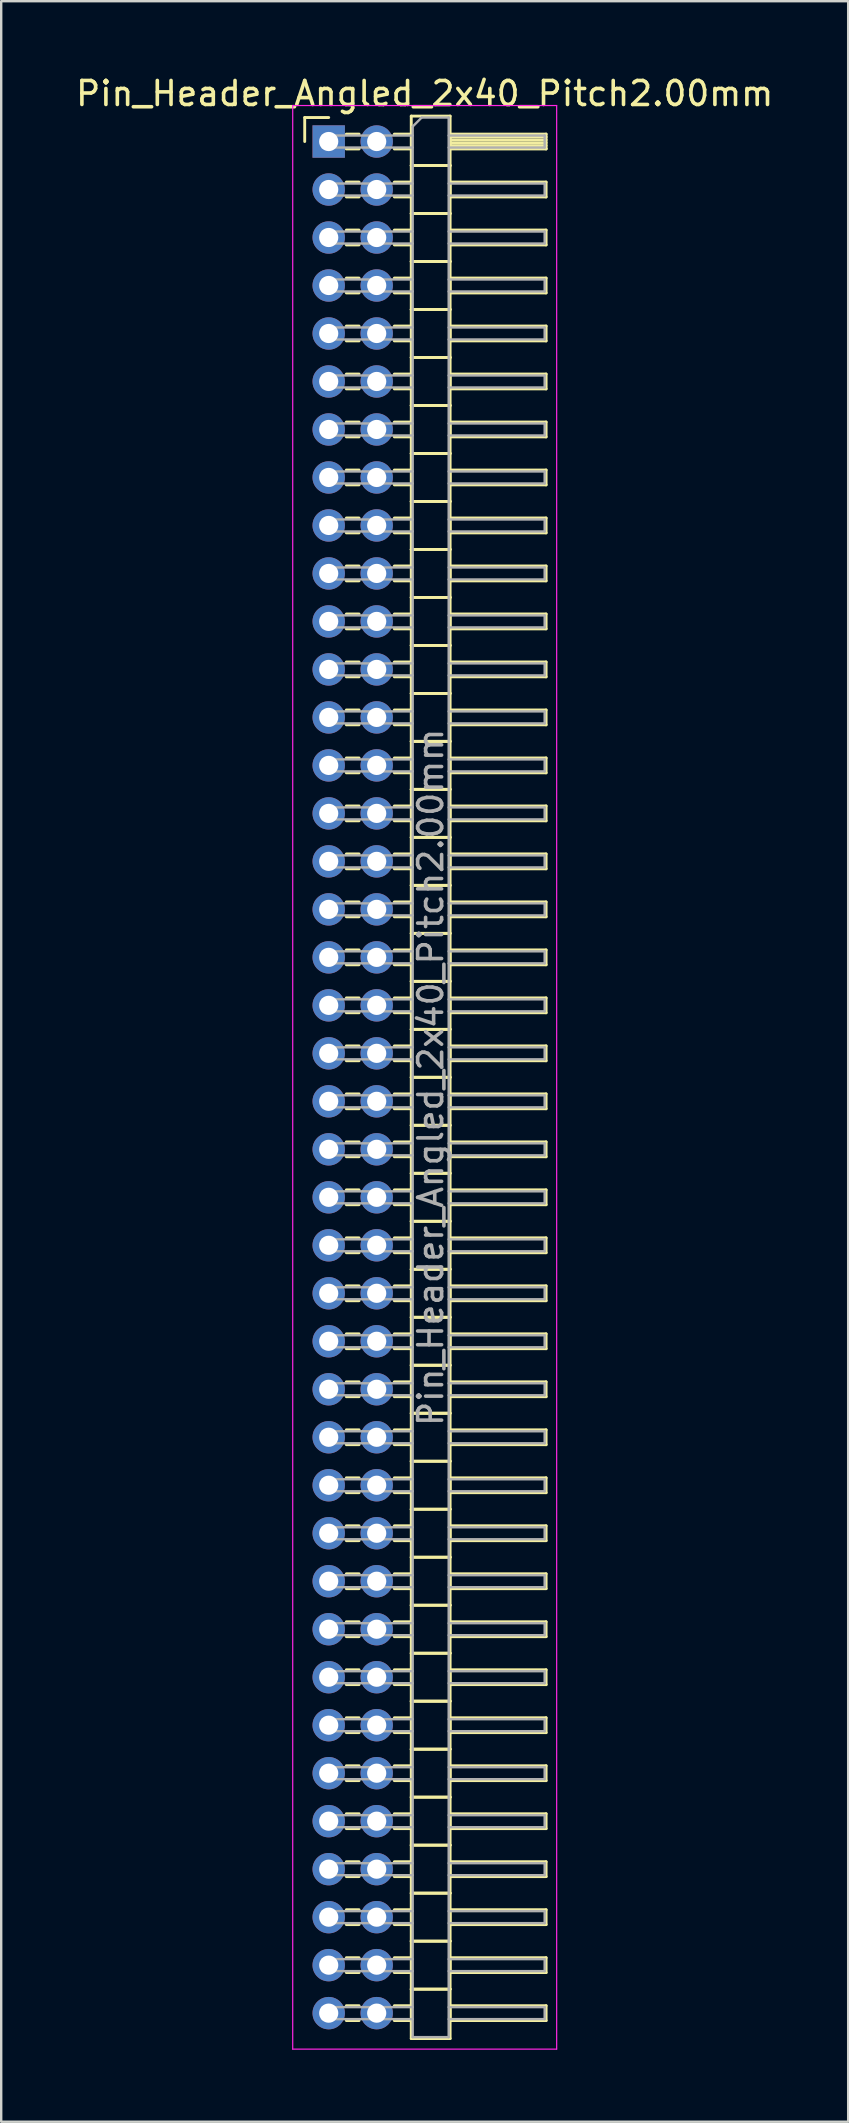
<source format=kicad_pcb>
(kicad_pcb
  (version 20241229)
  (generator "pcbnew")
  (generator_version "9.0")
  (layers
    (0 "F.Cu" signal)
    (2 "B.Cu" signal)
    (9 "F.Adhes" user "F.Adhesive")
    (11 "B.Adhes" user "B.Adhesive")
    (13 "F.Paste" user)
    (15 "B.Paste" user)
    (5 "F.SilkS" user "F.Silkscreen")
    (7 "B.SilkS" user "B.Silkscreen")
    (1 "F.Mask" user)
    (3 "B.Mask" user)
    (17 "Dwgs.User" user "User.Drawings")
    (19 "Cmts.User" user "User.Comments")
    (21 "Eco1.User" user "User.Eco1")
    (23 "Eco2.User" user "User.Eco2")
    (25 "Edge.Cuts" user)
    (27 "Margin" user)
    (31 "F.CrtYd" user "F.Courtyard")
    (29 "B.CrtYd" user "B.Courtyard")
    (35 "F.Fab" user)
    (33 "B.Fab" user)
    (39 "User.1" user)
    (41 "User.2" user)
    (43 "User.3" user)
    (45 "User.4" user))
  (footprint "Pin_Header_Angled_2x40_Pitch2.00mm"
    (layer "F.Cu")
    (at 10.649 2.848)
    (property "Reference" "Pin_Header_Angled_2x40_Pitch2.00mm" (at 4 -2 0) (layer "F.SilkS") (effects (font (size 1 1) (thickness 0.15))))
    (attr through_hole)
    (fp_line (start -1 -1) (end 0 -1) (stroke (width 0.12) (type solid)) (layer "F.SilkS"))
    (fp_line (start -1 0) (end -1 -1) (stroke (width 0.12) (type solid)) (layer "F.SilkS"))
    (fp_line (start 0.735 -0.31) (end 1.265 -0.31) (stroke (width 0.12) (type solid)) (layer "F.SilkS"))
    (fp_line (start 0.735 0.31) (end 1.265 0.31) (stroke (width 0.12) (type solid)) (layer "F.SilkS"))
    (fp_line (start 0.735 1.69) (end 1.265 1.69) (stroke (width 0.12) (type solid)) (layer "F.SilkS"))
    (fp_line (start 0.735 2.31) (end 1.265 2.31) (stroke (width 0.12) (type solid)) (layer "F.SilkS"))
    (fp_line (start 0.735 3.69) (end 1.265 3.69) (stroke (width 0.12) (type solid)) (layer "F.SilkS"))
    (fp_line (start 0.735 4.31) (end 1.265 4.31) (stroke (width 0.12) (type solid)) (layer "F.SilkS"))
    (fp_line (start 0.735 5.69) (end 1.265 5.69) (stroke (width 0.12) (type solid)) (layer "F.SilkS"))
    (fp_line (start 0.735 6.31) (end 1.265 6.31) (stroke (width 0.12) (type solid)) (layer "F.SilkS"))
    (fp_line (start 0.735 7.69) (end 1.265 7.69) (stroke (width 0.12) (type solid)) (layer "F.SilkS"))
    (fp_line (start 0.735 8.31) (end 1.265 8.31) (stroke (width 0.12) (type solid)) (layer "F.SilkS"))
    (fp_line (start 0.735 9.69) (end 1.265 9.69) (stroke (width 0.12) (type solid)) (layer "F.SilkS"))
    (fp_line (start 0.735 10.31) (end 1.265 10.31) (stroke (width 0.12) (type solid)) (layer "F.SilkS"))
    (fp_line (start 0.735 11.69) (end 1.265 11.69) (stroke (width 0.12) (type solid)) (layer "F.SilkS"))
    (fp_line (start 0.735 12.31) (end 1.265 12.31) (stroke (width 0.12) (type solid)) (layer "F.SilkS"))
    (fp_line (start 0.735 13.69) (end 1.265 13.69) (stroke (width 0.12) (type solid)) (layer "F.SilkS"))
    (fp_line (start 0.735 14.31) (end 1.265 14.31) (stroke (width 0.12) (type solid)) (layer "F.SilkS"))
    (fp_line (start 0.735 15.69) (end 1.265 15.69) (stroke (width 0.12) (type solid)) (layer "F.SilkS"))
    (fp_line (start 0.735 16.31) (end 1.265 16.31) (stroke (width 0.12) (type solid)) (layer "F.SilkS"))
    (fp_line (start 0.735 17.69) (end 1.265 17.69) (stroke (width 0.12) (type solid)) (layer "F.SilkS"))
    (fp_line (start 0.735 18.31) (end 1.265 18.31) (stroke (width 0.12) (type solid)) (layer "F.SilkS"))
    (fp_line (start 0.735 19.69) (end 1.265 19.69) (stroke (width 0.12) (type solid)) (layer "F.SilkS"))
    (fp_line (start 0.735 20.31) (end 1.265 20.31) (stroke (width 0.12) (type solid)) (layer "F.SilkS"))
    (fp_line (start 0.735 21.69) (end 1.265 21.69) (stroke (width 0.12) (type solid)) (layer "F.SilkS"))
    (fp_line (start 0.735 22.31) (end 1.265 22.31) (stroke (width 0.12) (type solid)) (layer "F.SilkS"))
    (fp_line (start 0.735 23.69) (end 1.265 23.69) (stroke (width 0.12) (type solid)) (layer "F.SilkS"))
    (fp_line (start 0.735 24.31) (end 1.265 24.31) (stroke (width 0.12) (type solid)) (layer "F.SilkS"))
    (fp_line (start 0.735 25.69) (end 1.265 25.69) (stroke (width 0.12) (type solid)) (layer "F.SilkS"))
    (fp_line (start 0.735 26.31) (end 1.265 26.31) (stroke (width 0.12) (type solid)) (layer "F.SilkS"))
    (fp_line (start 0.735 27.69) (end 1.265 27.69) (stroke (width 0.12) (type solid)) (layer "F.SilkS"))
    (fp_line (start 0.735 28.31) (end 1.265 28.31) (stroke (width 0.12) (type solid)) (layer "F.SilkS"))
    (fp_line (start 0.735 29.69) (end 1.265 29.69) (stroke (width 0.12) (type solid)) (layer "F.SilkS"))
    (fp_line (start 0.735 30.31) (end 1.265 30.31) (stroke (width 0.12) (type solid)) (layer "F.SilkS"))
    (fp_line (start 0.735 31.69) (end 1.265 31.69) (stroke (width 0.12) (type solid)) (layer "F.SilkS"))
    (fp_line (start 0.735 32.31) (end 1.265 32.31) (stroke (width 0.12) (type solid)) (layer "F.SilkS"))
    (fp_line (start 0.735 33.69) (end 1.265 33.69) (stroke (width 0.12) (type solid)) (layer "F.SilkS"))
    (fp_line (start 0.735 34.31) (end 1.265 34.31) (stroke (width 0.12) (type solid)) (layer "F.SilkS"))
    (fp_line (start 0.735 35.69) (end 1.265 35.69) (stroke (width 0.12) (type solid)) (layer "F.SilkS"))
    (fp_line (start 0.735 36.31) (end 1.265 36.31) (stroke (width 0.12) (type solid)) (layer "F.SilkS"))
    (fp_line (start 0.735 37.69) (end 1.265 37.69) (stroke (width 0.12) (type solid)) (layer "F.SilkS"))
    (fp_line (start 0.735 38.31) (end 1.265 38.31) (stroke (width 0.12) (type solid)) (layer "F.SilkS"))
    (fp_line (start 0.735 39.69) (end 1.265 39.69) (stroke (width 0.12) (type solid)) (layer "F.SilkS"))
    (fp_line (start 0.735 40.31) (end 1.265 40.31) (stroke (width 0.12) (type solid)) (layer "F.SilkS"))
    (fp_line (start 0.735 41.69) (end 1.265 41.69) (stroke (width 0.12) (type solid)) (layer "F.SilkS"))
    (fp_line (start 0.735 42.31) (end 1.265 42.31) (stroke (width 0.12) (type solid)) (layer "F.SilkS"))
    (fp_line (start 0.735 43.69) (end 1.265 43.69) (stroke (width 0.12) (type solid)) (layer "F.SilkS"))
    (fp_line (start 0.735 44.31) (end 1.265 44.31) (stroke (width 0.12) (type solid)) (layer "F.SilkS"))
    (fp_line (start 0.735 45.69) (end 1.265 45.69) (stroke (width 0.12) (type solid)) (layer "F.SilkS"))
    (fp_line (start 0.735 46.31) (end 1.265 46.31) (stroke (width 0.12) (type solid)) (layer "F.SilkS"))
    (fp_line (start 0.735 47.69) (end 1.265 47.69) (stroke (width 0.12) (type solid)) (layer "F.SilkS"))
    (fp_line (start 0.735 48.31) (end 1.265 48.31) (stroke (width 0.12) (type solid)) (layer "F.SilkS"))
    (fp_line (start 0.735 49.69) (end 1.265 49.69) (stroke (width 0.12) (type solid)) (layer "F.SilkS"))
    (fp_line (start 0.735 50.31) (end 1.265 50.31) (stroke (width 0.12) (type solid)) (layer "F.SilkS"))
    (fp_line (start 0.735 51.69) (end 1.265 51.69) (stroke (width 0.12) (type solid)) (layer "F.SilkS"))
    (fp_line (start 0.735 52.31) (end 1.265 52.31) (stroke (width 0.12) (type solid)) (layer "F.SilkS"))
    (fp_line (start 0.735 53.69) (end 1.265 53.69) (stroke (width 0.12) (type solid)) (layer "F.SilkS"))
    (fp_line (start 0.735 54.31) (end 1.265 54.31) (stroke (width 0.12) (type solid)) (layer "F.SilkS"))
    (fp_line (start 0.735 55.69) (end 1.265 55.69) (stroke (width 0.12) (type solid)) (layer "F.SilkS"))
    (fp_line (start 0.735 56.31) (end 1.265 56.31) (stroke (width 0.12) (type solid)) (layer "F.SilkS"))
    (fp_line (start 0.735 57.69) (end 1.265 57.69) (stroke (width 0.12) (type solid)) (layer "F.SilkS"))
    (fp_line (start 0.735 58.31) (end 1.265 58.31) (stroke (width 0.12) (type solid)) (layer "F.SilkS"))
    (fp_line (start 0.735 59.69) (end 1.265 59.69) (stroke (width 0.12) (type solid)) (layer "F.SilkS"))
    (fp_line (start 0.735 60.31) (end 1.265 60.31) (stroke (width 0.12) (type solid)) (layer "F.SilkS"))
    (fp_line (start 0.735 61.69) (end 1.265 61.69) (stroke (width 0.12) (type solid)) (layer "F.SilkS"))
    (fp_line (start 0.735 62.31) (end 1.265 62.31) (stroke (width 0.12) (type solid)) (layer "F.SilkS"))
    (fp_line (start 0.735 63.69) (end 1.265 63.69) (stroke (width 0.12) (type solid)) (layer "F.SilkS"))
    (fp_line (start 0.735 64.31) (end 1.265 64.31) (stroke (width 0.12) (type solid)) (layer "F.SilkS"))
    (fp_line (start 0.735 65.69) (end 1.265 65.69) (stroke (width 0.12) (type solid)) (layer "F.SilkS"))
    (fp_line (start 0.735 66.31) (end 1.265 66.31) (stroke (width 0.12) (type solid)) (layer "F.SilkS"))
    (fp_line (start 0.735 67.69) (end 1.265 67.69) (stroke (width 0.12) (type solid)) (layer "F.SilkS"))
    (fp_line (start 0.735 68.31) (end 1.265 68.31) (stroke (width 0.12) (type solid)) (layer "F.SilkS"))
    (fp_line (start 0.735 69.69) (end 1.265 69.69) (stroke (width 0.12) (type solid)) (layer "F.SilkS"))
    (fp_line (start 0.735 70.31) (end 1.265 70.31) (stroke (width 0.12) (type solid)) (layer "F.SilkS"))
    (fp_line (start 0.735 71.69) (end 1.265 71.69) (stroke (width 0.12) (type solid)) (layer "F.SilkS"))
    (fp_line (start 0.735 72.31) (end 1.265 72.31) (stroke (width 0.12) (type solid)) (layer "F.SilkS"))
    (fp_line (start 0.735 73.69) (end 1.265 73.69) (stroke (width 0.12) (type solid)) (layer "F.SilkS"))
    (fp_line (start 0.735 74.31) (end 1.265 74.31) (stroke (width 0.12) (type solid)) (layer "F.SilkS"))
    (fp_line (start 0.735 75.69) (end 1.265 75.69) (stroke (width 0.12) (type solid)) (layer "F.SilkS"))
    (fp_line (start 0.735 76.31) (end 1.265 76.31) (stroke (width 0.12) (type solid)) (layer "F.SilkS"))
    (fp_line (start 0.735 77.69) (end 1.265 77.69) (stroke (width 0.12) (type solid)) (layer "F.SilkS"))
    (fp_line (start 0.735 78.31) (end 1.265 78.31) (stroke (width 0.12) (type solid)) (layer "F.SilkS"))
    (fp_line (start 2.735 -0.31) (end 3.44 -0.31) (stroke (width 0.12) (type solid)) (layer "F.SilkS"))
    (fp_line (start 2.735 0.31) (end 3.44 0.31) (stroke (width 0.12) (type solid)) (layer "F.SilkS"))
    (fp_line (start 2.735 1.69) (end 3.44 1.69) (stroke (width 0.12) (type solid)) (layer "F.SilkS"))
    (fp_line (start 2.735 2.31) (end 3.44 2.31) (stroke (width 0.12) (type solid)) (layer "F.SilkS"))
    (fp_line (start 2.735 3.69) (end 3.44 3.69) (stroke (width 0.12) (type solid)) (layer "F.SilkS"))
    (fp_line (start 2.735 4.31) (end 3.44 4.31) (stroke (width 0.12) (type solid)) (layer "F.SilkS"))
    (fp_line (start 2.735 5.69) (end 3.44 5.69) (stroke (width 0.12) (type solid)) (layer "F.SilkS"))
    (fp_line (start 2.735 6.31) (end 3.44 6.31) (stroke (width 0.12) (type solid)) (layer "F.SilkS"))
    (fp_line (start 2.735 7.69) (end 3.44 7.69) (stroke (width 0.12) (type solid)) (layer "F.SilkS"))
    (fp_line (start 2.735 8.31) (end 3.44 8.31) (stroke (width 0.12) (type solid)) (layer "F.SilkS"))
    (fp_line (start 2.735 9.69) (end 3.44 9.69) (stroke (width 0.12) (type solid)) (layer "F.SilkS"))
    (fp_line (start 2.735 10.31) (end 3.44 10.31) (stroke (width 0.12) (type solid)) (layer "F.SilkS"))
    (fp_line (start 2.735 11.69) (end 3.44 11.69) (stroke (width 0.12) (type solid)) (layer "F.SilkS"))
    (fp_line (start 2.735 12.31) (end 3.44 12.31) (stroke (width 0.12) (type solid)) (layer "F.SilkS"))
    (fp_line (start 2.735 13.69) (end 3.44 13.69) (stroke (width 0.12) (type solid)) (layer "F.SilkS"))
    (fp_line (start 2.735 14.31) (end 3.44 14.31) (stroke (width 0.12) (type solid)) (layer "F.SilkS"))
    (fp_line (start 2.735 15.69) (end 3.44 15.69) (stroke (width 0.12) (type solid)) (layer "F.SilkS"))
    (fp_line (start 2.735 16.31) (end 3.44 16.31) (stroke (width 0.12) (type solid)) (layer "F.SilkS"))
    (fp_line (start 2.735 17.69) (end 3.44 17.69) (stroke (width 0.12) (type solid)) (layer "F.SilkS"))
    (fp_line (start 2.735 18.31) (end 3.44 18.31) (stroke (width 0.12) (type solid)) (layer "F.SilkS"))
    (fp_line (start 2.735 19.69) (end 3.44 19.69) (stroke (width 0.12) (type solid)) (layer "F.SilkS"))
    (fp_line (start 2.735 20.31) (end 3.44 20.31) (stroke (width 0.12) (type solid)) (layer "F.SilkS"))
    (fp_line (start 2.735 21.69) (end 3.44 21.69) (stroke (width 0.12) (type solid)) (layer "F.SilkS"))
    (fp_line (start 2.735 22.31) (end 3.44 22.31) (stroke (width 0.12) (type solid)) (layer "F.SilkS"))
    (fp_line (start 2.735 23.69) (end 3.44 23.69) (stroke (width 0.12) (type solid)) (layer "F.SilkS"))
    (fp_line (start 2.735 24.31) (end 3.44 24.31) (stroke (width 0.12) (type solid)) (layer "F.SilkS"))
    (fp_line (start 2.735 25.69) (end 3.44 25.69) (stroke (width 0.12) (type solid)) (layer "F.SilkS"))
    (fp_line (start 2.735 26.31) (end 3.44 26.31) (stroke (width 0.12) (type solid)) (layer "F.SilkS"))
    (fp_line (start 2.735 27.69) (end 3.44 27.69) (stroke (width 0.12) (type solid)) (layer "F.SilkS"))
    (fp_line (start 2.735 28.31) (end 3.44 28.31) (stroke (width 0.12) (type solid)) (layer "F.SilkS"))
    (fp_line (start 2.735 29.69) (end 3.44 29.69) (stroke (width 0.12) (type solid)) (layer "F.SilkS"))
    (fp_line (start 2.735 30.31) (end 3.44 30.31) (stroke (width 0.12) (type solid)) (layer "F.SilkS"))
    (fp_line (start 2.735 31.69) (end 3.44 31.69) (stroke (width 0.12) (type solid)) (layer "F.SilkS"))
    (fp_line (start 2.735 32.31) (end 3.44 32.31) (stroke (width 0.12) (type solid)) (layer "F.SilkS"))
    (fp_line (start 2.735 33.69) (end 3.44 33.69) (stroke (width 0.12) (type solid)) (layer "F.SilkS"))
    (fp_line (start 2.735 34.31) (end 3.44 34.31) (stroke (width 0.12) (type solid)) (layer "F.SilkS"))
    (fp_line (start 2.735 35.69) (end 3.44 35.69) (stroke (width 0.12) (type solid)) (layer "F.SilkS"))
    (fp_line (start 2.735 36.31) (end 3.44 36.31) (stroke (width 0.12) (type solid)) (layer "F.SilkS"))
    (fp_line (start 2.735 37.69) (end 3.44 37.69) (stroke (width 0.12) (type solid)) (layer "F.SilkS"))
    (fp_line (start 2.735 38.31) (end 3.44 38.31) (stroke (width 0.12) (type solid)) (layer "F.SilkS"))
    (fp_line (start 2.735 39.69) (end 3.44 39.69) (stroke (width 0.12) (type solid)) (layer "F.SilkS"))
    (fp_line (start 2.735 40.31) (end 3.44 40.31) (stroke (width 0.12) (type solid)) (layer "F.SilkS"))
    (fp_line (start 2.735 41.69) (end 3.44 41.69) (stroke (width 0.12) (type solid)) (layer "F.SilkS"))
    (fp_line (start 2.735 42.31) (end 3.44 42.31) (stroke (width 0.12) (type solid)) (layer "F.SilkS"))
    (fp_line (start 2.735 43.69) (end 3.44 43.69) (stroke (width 0.12) (type solid)) (layer "F.SilkS"))
    (fp_line (start 2.735 44.31) (end 3.44 44.31) (stroke (width 0.12) (type solid)) (layer "F.SilkS"))
    (fp_line (start 2.735 45.69) (end 3.44 45.69) (stroke (width 0.12) (type solid)) (layer "F.SilkS"))
    (fp_line (start 2.735 46.31) (end 3.44 46.31) (stroke (width 0.12) (type solid)) (layer "F.SilkS"))
    (fp_line (start 2.735 47.69) (end 3.44 47.69) (stroke (width 0.12) (type solid)) (layer "F.SilkS"))
    (fp_line (start 2.735 48.31) (end 3.44 48.31) (stroke (width 0.12) (type solid)) (layer "F.SilkS"))
    (fp_line (start 2.735 49.69) (end 3.44 49.69) (stroke (width 0.12) (type solid)) (layer "F.SilkS"))
    (fp_line (start 2.735 50.31) (end 3.44 50.31) (stroke (width 0.12) (type solid)) (layer "F.SilkS"))
    (fp_line (start 2.735 51.69) (end 3.44 51.69) (stroke (width 0.12) (type solid)) (layer "F.SilkS"))
    (fp_line (start 2.735 52.31) (end 3.44 52.31) (stroke (width 0.12) (type solid)) (layer "F.SilkS"))
    (fp_line (start 2.735 53.69) (end 3.44 53.69) (stroke (width 0.12) (type solid)) (layer "F.SilkS"))
    (fp_line (start 2.735 54.31) (end 3.44 54.31) (stroke (width 0.12) (type solid)) (layer "F.SilkS"))
    (fp_line (start 2.735 55.69) (end 3.44 55.69) (stroke (width 0.12) (type solid)) (layer "F.SilkS"))
    (fp_line (start 2.735 56.31) (end 3.44 56.31) (stroke (width 0.12) (type solid)) (layer "F.SilkS"))
    (fp_line (start 2.735 57.69) (end 3.44 57.69) (stroke (width 0.12) (type solid)) (layer "F.SilkS"))
    (fp_line (start 2.735 58.31) (end 3.44 58.31) (stroke (width 0.12) (type solid)) (layer "F.SilkS"))
    (fp_line (start 2.735 59.69) (end 3.44 59.69) (stroke (width 0.12) (type solid)) (layer "F.SilkS"))
    (fp_line (start 2.735 60.31) (end 3.44 60.31) (stroke (width 0.12) (type solid)) (layer "F.SilkS"))
    (fp_line (start 2.735 61.69) (end 3.44 61.69) (stroke (width 0.12) (type solid)) (layer "F.SilkS"))
    (fp_line (start 2.735 62.31) (end 3.44 62.31) (stroke (width 0.12) (type solid)) (layer "F.SilkS"))
    (fp_line (start 2.735 63.69) (end 3.44 63.69) (stroke (width 0.12) (type solid)) (layer "F.SilkS"))
    (fp_line (start 2.735 64.31) (end 3.44 64.31) (stroke (width 0.12) (type solid)) (layer "F.SilkS"))
    (fp_line (start 2.735 65.69) (end 3.44 65.69) (stroke (width 0.12) (type solid)) (layer "F.SilkS"))
    (fp_line (start 2.735 66.31) (end 3.44 66.31) (stroke (width 0.12) (type solid)) (layer "F.SilkS"))
    (fp_line (start 2.735 67.69) (end 3.44 67.69) (stroke (width 0.12) (type solid)) (layer "F.SilkS"))
    (fp_line (start 2.735 68.31) (end 3.44 68.31) (stroke (width 0.12) (type solid)) (layer "F.SilkS"))
    (fp_line (start 2.735 69.69) (end 3.44 69.69) (stroke (width 0.12) (type solid)) (layer "F.SilkS"))
    (fp_line (start 2.735 70.31) (end 3.44 70.31) (stroke (width 0.12) (type solid)) (layer "F.SilkS"))
    (fp_line (start 2.735 71.69) (end 3.44 71.69) (stroke (width 0.12) (type solid)) (layer "F.SilkS"))
    (fp_line (start 2.735 72.31) (end 3.44 72.31) (stroke (width 0.12) (type solid)) (layer "F.SilkS"))
    (fp_line (start 2.735 73.69) (end 3.44 73.69) (stroke (width 0.12) (type solid)) (layer "F.SilkS"))
    (fp_line (start 2.735 74.31) (end 3.44 74.31) (stroke (width 0.12) (type solid)) (layer "F.SilkS"))
    (fp_line (start 2.735 75.69) (end 3.44 75.69) (stroke (width 0.12) (type solid)) (layer "F.SilkS"))
    (fp_line (start 2.735 76.31) (end 3.44 76.31) (stroke (width 0.12) (type solid)) (layer "F.SilkS"))
    (fp_line (start 2.735 77.69) (end 3.44 77.69) (stroke (width 0.12) (type solid)) (layer "F.SilkS"))
    (fp_line (start 2.735 78.31) (end 3.44 78.31) (stroke (width 0.12) (type solid)) (layer "F.SilkS"))
    (fp_line (start 3.44 -1.06) (end 3.44 1) (stroke (width 0.12) (type solid)) (layer "F.SilkS"))
    (fp_line (start 3.44 1) (end 3.44 3) (stroke (width 0.12) (type solid)) (layer "F.SilkS"))
    (fp_line (start 3.44 1) (end 5.06 1) (stroke (width 0.12) (type solid)) (layer "F.SilkS"))
    (fp_line (start 3.44 3) (end 3.44 5) (stroke (width 0.12) (type solid)) (layer "F.SilkS"))
    (fp_line (start 3.44 3) (end 5.06 3) (stroke (width 0.12) (type solid)) (layer "F.SilkS"))
    (fp_line (start 3.44 5) (end 3.44 7) (stroke (width 0.12) (type solid)) (layer "F.SilkS"))
    (fp_line (start 3.44 5) (end 5.06 5) (stroke (width 0.12) (type solid)) (layer "F.SilkS"))
    (fp_line (start 3.44 7) (end 3.44 9) (stroke (width 0.12) (type solid)) (layer "F.SilkS"))
    (fp_line (start 3.44 7) (end 5.06 7) (stroke (width 0.12) (type solid)) (layer "F.SilkS"))
    (fp_line (start 3.44 9) (end 3.44 11) (stroke (width 0.12) (type solid)) (layer "F.SilkS"))
    (fp_line (start 3.44 9) (end 5.06 9) (stroke (width 0.12) (type solid)) (layer "F.SilkS"))
    (fp_line (start 3.44 11) (end 3.44 13) (stroke (width 0.12) (type solid)) (layer "F.SilkS"))
    (fp_line (start 3.44 11) (end 5.06 11) (stroke (width 0.12) (type solid)) (layer "F.SilkS"))
    (fp_line (start 3.44 13) (end 3.44 15) (stroke (width 0.12) (type solid)) (layer "F.SilkS"))
    (fp_line (start 3.44 13) (end 5.06 13) (stroke (width 0.12) (type solid)) (layer "F.SilkS"))
    (fp_line (start 3.44 15) (end 3.44 17) (stroke (width 0.12) (type solid)) (layer "F.SilkS"))
    (fp_line (start 3.44 15) (end 5.06 15) (stroke (width 0.12) (type solid)) (layer "F.SilkS"))
    (fp_line (start 3.44 17) (end 3.44 19) (stroke (width 0.12) (type solid)) (layer "F.SilkS"))
    (fp_line (start 3.44 17) (end 5.06 17) (stroke (width 0.12) (type solid)) (layer "F.SilkS"))
    (fp_line (start 3.44 19) (end 3.44 21) (stroke (width 0.12) (type solid)) (layer "F.SilkS"))
    (fp_line (start 3.44 19) (end 5.06 19) (stroke (width 0.12) (type solid)) (layer "F.SilkS"))
    (fp_line (start 3.44 21) (end 3.44 23) (stroke (width 0.12) (type solid)) (layer "F.SilkS"))
    (fp_line (start 3.44 21) (end 5.06 21) (stroke (width 0.12) (type solid)) (layer "F.SilkS"))
    (fp_line (start 3.44 23) (end 3.44 25) (stroke (width 0.12) (type solid)) (layer "F.SilkS"))
    (fp_line (start 3.44 23) (end 5.06 23) (stroke (width 0.12) (type solid)) (layer "F.SilkS"))
    (fp_line (start 3.44 25) (end 3.44 27) (stroke (width 0.12) (type solid)) (layer "F.SilkS"))
    (fp_line (start 3.44 25) (end 5.06 25) (stroke (width 0.12) (type solid)) (layer "F.SilkS"))
    (fp_line (start 3.44 27) (end 3.44 29) (stroke (width 0.12) (type solid)) (layer "F.SilkS"))
    (fp_line (start 3.44 27) (end 5.06 27) (stroke (width 0.12) (type solid)) (layer "F.SilkS"))
    (fp_line (start 3.44 29) (end 3.44 31) (stroke (width 0.12) (type solid)) (layer "F.SilkS"))
    (fp_line (start 3.44 29) (end 5.06 29) (stroke (width 0.12) (type solid)) (layer "F.SilkS"))
    (fp_line (start 3.44 31) (end 3.44 33) (stroke (width 0.12) (type solid)) (layer "F.SilkS"))
    (fp_line (start 3.44 31) (end 5.06 31) (stroke (width 0.12) (type solid)) (layer "F.SilkS"))
    (fp_line (start 3.44 33) (end 3.44 35) (stroke (width 0.12) (type solid)) (layer "F.SilkS"))
    (fp_line (start 3.44 33) (end 5.06 33) (stroke (width 0.12) (type solid)) (layer "F.SilkS"))
    (fp_line (start 3.44 35) (end 3.44 37) (stroke (width 0.12) (type solid)) (layer "F.SilkS"))
    (fp_line (start 3.44 35) (end 5.06 35) (stroke (width 0.12) (type solid)) (layer "F.SilkS"))
    (fp_line (start 3.44 37) (end 3.44 39) (stroke (width 0.12) (type solid)) (layer "F.SilkS"))
    (fp_line (start 3.44 37) (end 5.06 37) (stroke (width 0.12) (type solid)) (layer "F.SilkS"))
    (fp_line (start 3.44 39) (end 3.44 41) (stroke (width 0.12) (type solid)) (layer "F.SilkS"))
    (fp_line (start 3.44 39) (end 5.06 39) (stroke (width 0.12) (type solid)) (layer "F.SilkS"))
    (fp_line (start 3.44 41) (end 3.44 43) (stroke (width 0.12) (type solid)) (layer "F.SilkS"))
    (fp_line (start 3.44 41) (end 5.06 41) (stroke (width 0.12) (type solid)) (layer "F.SilkS"))
    (fp_line (start 3.44 43) (end 3.44 45) (stroke (width 0.12) (type solid)) (layer "F.SilkS"))
    (fp_line (start 3.44 43) (end 5.06 43) (stroke (width 0.12) (type solid)) (layer "F.SilkS"))
    (fp_line (start 3.44 45) (end 3.44 47) (stroke (width 0.12) (type solid)) (layer "F.SilkS"))
    (fp_line (start 3.44 45) (end 5.06 45) (stroke (width 0.12) (type solid)) (layer "F.SilkS"))
    (fp_line (start 3.44 47) (end 3.44 49) (stroke (width 0.12) (type solid)) (layer "F.SilkS"))
    (fp_line (start 3.44 47) (end 5.06 47) (stroke (width 0.12) (type solid)) (layer "F.SilkS"))
    (fp_line (start 3.44 49) (end 3.44 51) (stroke (width 0.12) (type solid)) (layer "F.SilkS"))
    (fp_line (start 3.44 49) (end 5.06 49) (stroke (width 0.12) (type solid)) (layer "F.SilkS"))
    (fp_line (start 3.44 51) (end 3.44 53) (stroke (width 0.12) (type solid)) (layer "F.SilkS"))
    (fp_line (start 3.44 51) (end 5.06 51) (stroke (width 0.12) (type solid)) (layer "F.SilkS"))
    (fp_line (start 3.44 53) (end 3.44 55) (stroke (width 0.12) (type solid)) (layer "F.SilkS"))
    (fp_line (start 3.44 53) (end 5.06 53) (stroke (width 0.12) (type solid)) (layer "F.SilkS"))
    (fp_line (start 3.44 55) (end 3.44 57) (stroke (width 0.12) (type solid)) (layer "F.SilkS"))
    (fp_line (start 3.44 55) (end 5.06 55) (stroke (width 0.12) (type solid)) (layer "F.SilkS"))
    (fp_line (start 3.44 57) (end 3.44 59) (stroke (width 0.12) (type solid)) (layer "F.SilkS"))
    (fp_line (start 3.44 57) (end 5.06 57) (stroke (width 0.12) (type solid)) (layer "F.SilkS"))
    (fp_line (start 3.44 59) (end 3.44 61) (stroke (width 0.12) (type solid)) (layer "F.SilkS"))
    (fp_line (start 3.44 59) (end 5.06 59) (stroke (width 0.12) (type solid)) (layer "F.SilkS"))
    (fp_line (start 3.44 61) (end 3.44 63) (stroke (width 0.12) (type solid)) (layer "F.SilkS"))
    (fp_line (start 3.44 61) (end 5.06 61) (stroke (width 0.12) (type solid)) (layer "F.SilkS"))
    (fp_line (start 3.44 63) (end 3.44 65) (stroke (width 0.12) (type solid)) (layer "F.SilkS"))
    (fp_line (start 3.44 63) (end 5.06 63) (stroke (width 0.12) (type solid)) (layer "F.SilkS"))
    (fp_line (start 3.44 65) (end 3.44 67) (stroke (width 0.12) (type solid)) (layer "F.SilkS"))
    (fp_line (start 3.44 65) (end 5.06 65) (stroke (width 0.12) (type solid)) (layer "F.SilkS"))
    (fp_line (start 3.44 67) (end 3.44 69) (stroke (width 0.12) (type solid)) (layer "F.SilkS"))
    (fp_line (start 3.44 67) (end 5.06 67) (stroke (width 0.12) (type solid)) (layer "F.SilkS"))
    (fp_line (start 3.44 69) (end 3.44 71) (stroke (width 0.12) (type solid)) (layer "F.SilkS"))
    (fp_line (start 3.44 69) (end 5.06 69) (stroke (width 0.12) (type solid)) (layer "F.SilkS"))
    (fp_line (start 3.44 71) (end 3.44 73) (stroke (width 0.12) (type solid)) (layer "F.SilkS"))
    (fp_line (start 3.44 71) (end 5.06 71) (stroke (width 0.12) (type solid)) (layer "F.SilkS"))
    (fp_line (start 3.44 73) (end 3.44 75) (stroke (width 0.12) (type solid)) (layer "F.SilkS"))
    (fp_line (start 3.44 73) (end 5.06 73) (stroke (width 0.12) (type solid)) (layer "F.SilkS"))
    (fp_line (start 3.44 75) (end 3.44 77) (stroke (width 0.12) (type solid)) (layer "F.SilkS"))
    (fp_line (start 3.44 75) (end 5.06 75) (stroke (width 0.12) (type solid)) (layer "F.SilkS"))
    (fp_line (start 3.44 77) (end 3.44 79.06) (stroke (width 0.12) (type solid)) (layer "F.SilkS"))
    (fp_line (start 3.44 77) (end 5.06 77) (stroke (width 0.12) (type solid)) (layer "F.SilkS"))
    (fp_line (start 3.44 79.06) (end 5.06 79.06) (stroke (width 0.12) (type solid)) (layer "F.SilkS"))
    (fp_line (start 5.06 -1.06) (end 3.44 -1.06) (stroke (width 0.12) (type solid)) (layer "F.SilkS"))
    (fp_line (start 5.06 -0.31) (end 5.06 0.31) (stroke (width 0.12) (type solid)) (layer "F.SilkS"))
    (fp_line (start 5.06 -0.19) (end 9.06 -0.19) (stroke (width 0.12) (type solid)) (layer "F.SilkS"))
    (fp_line (start 5.06 -0.07) (end 9.06 -0.07) (stroke (width 0.12) (type solid)) (layer "F.SilkS"))
    (fp_line (start 5.06 0.05) (end 9.06 0.05) (stroke (width 0.12) (type solid)) (layer "F.SilkS"))
    (fp_line (start 5.06 0.17) (end 9.06 0.17) (stroke (width 0.12) (type solid)) (layer "F.SilkS"))
    (fp_line (start 5.06 0.29) (end 9.06 0.29) (stroke (width 0.12) (type solid)) (layer "F.SilkS"))
    (fp_line (start 5.06 0.31) (end 9.06 0.31) (stroke (width 0.12) (type solid)) (layer "F.SilkS"))
    (fp_line (start 5.06 1) (end 3.44 1) (stroke (width 0.12) (type solid)) (layer "F.SilkS"))
    (fp_line (start 5.06 1) (end 5.06 -1.06) (stroke (width 0.12) (type solid)) (layer "F.SilkS"))
    (fp_line (start 5.06 1.69) (end 5.06 2.31) (stroke (width 0.12) (type solid)) (layer "F.SilkS"))
    (fp_line (start 5.06 2.31) (end 9.06 2.31) (stroke (width 0.12) (type solid)) (layer "F.SilkS"))
    (fp_line (start 5.06 3) (end 3.44 3) (stroke (width 0.12) (type solid)) (layer "F.SilkS"))
    (fp_line (start 5.06 3) (end 5.06 1) (stroke (width 0.12) (type solid)) (layer "F.SilkS"))
    (fp_line (start 5.06 3.69) (end 5.06 4.31) (stroke (width 0.12) (type solid)) (layer "F.SilkS"))
    (fp_line (start 5.06 4.31) (end 9.06 4.31) (stroke (width 0.12) (type solid)) (layer "F.SilkS"))
    (fp_line (start 5.06 5) (end 3.44 5) (stroke (width 0.12) (type solid)) (layer "F.SilkS"))
    (fp_line (start 5.06 5) (end 5.06 3) (stroke (width 0.12) (type solid)) (layer "F.SilkS"))
    (fp_line (start 5.06 5.69) (end 5.06 6.31) (stroke (width 0.12) (type solid)) (layer "F.SilkS"))
    (fp_line (start 5.06 6.31) (end 9.06 6.31) (stroke (width 0.12) (type solid)) (layer "F.SilkS"))
    (fp_line (start 5.06 7) (end 3.44 7) (stroke (width 0.12) (type solid)) (layer "F.SilkS"))
    (fp_line (start 5.06 7) (end 5.06 5) (stroke (width 0.12) (type solid)) (layer "F.SilkS"))
    (fp_line (start 5.06 7.69) (end 5.06 8.31) (stroke (width 0.12) (type solid)) (layer "F.SilkS"))
    (fp_line (start 5.06 8.31) (end 9.06 8.31) (stroke (width 0.12) (type solid)) (layer "F.SilkS"))
    (fp_line (start 5.06 9) (end 3.44 9) (stroke (width 0.12) (type solid)) (layer "F.SilkS"))
    (fp_line (start 5.06 9) (end 5.06 7) (stroke (width 0.12) (type solid)) (layer "F.SilkS"))
    (fp_line (start 5.06 9.69) (end 5.06 10.31) (stroke (width 0.12) (type solid)) (layer "F.SilkS"))
    (fp_line (start 5.06 10.31) (end 9.06 10.31) (stroke (width 0.12) (type solid)) (layer "F.SilkS"))
    (fp_line (start 5.06 11) (end 3.44 11) (stroke (width 0.12) (type solid)) (layer "F.SilkS"))
    (fp_line (start 5.06 11) (end 5.06 9) (stroke (width 0.12) (type solid)) (layer "F.SilkS"))
    (fp_line (start 5.06 11.69) (end 5.06 12.31) (stroke (width 0.12) (type solid)) (layer "F.SilkS"))
    (fp_line (start 5.06 12.31) (end 9.06 12.31) (stroke (width 0.12) (type solid)) (layer "F.SilkS"))
    (fp_line (start 5.06 13) (end 3.44 13) (stroke (width 0.12) (type solid)) (layer "F.SilkS"))
    (fp_line (start 5.06 13) (end 5.06 11) (stroke (width 0.12) (type solid)) (layer "F.SilkS"))
    (fp_line (start 5.06 13.69) (end 5.06 14.31) (stroke (width 0.12) (type solid)) (layer "F.SilkS"))
    (fp_line (start 5.06 14.31) (end 9.06 14.31) (stroke (width 0.12) (type solid)) (layer "F.SilkS"))
    (fp_line (start 5.06 15) (end 3.44 15) (stroke (width 0.12) (type solid)) (layer "F.SilkS"))
    (fp_line (start 5.06 15) (end 5.06 13) (stroke (width 0.12) (type solid)) (layer "F.SilkS"))
    (fp_line (start 5.06 15.69) (end 5.06 16.31) (stroke (width 0.12) (type solid)) (layer "F.SilkS"))
    (fp_line (start 5.06 16.31) (end 9.06 16.31) (stroke (width 0.12) (type solid)) (layer "F.SilkS"))
    (fp_line (start 5.06 17) (end 3.44 17) (stroke (width 0.12) (type solid)) (layer "F.SilkS"))
    (fp_line (start 5.06 17) (end 5.06 15) (stroke (width 0.12) (type solid)) (layer "F.SilkS"))
    (fp_line (start 5.06 17.69) (end 5.06 18.31) (stroke (width 0.12) (type solid)) (layer "F.SilkS"))
    (fp_line (start 5.06 18.31) (end 9.06 18.31) (stroke (width 0.12) (type solid)) (layer "F.SilkS"))
    (fp_line (start 5.06 19) (end 3.44 19) (stroke (width 0.12) (type solid)) (layer "F.SilkS"))
    (fp_line (start 5.06 19) (end 5.06 17) (stroke (width 0.12) (type solid)) (layer "F.SilkS"))
    (fp_line (start 5.06 19.69) (end 5.06 20.31) (stroke (width 0.12) (type solid)) (layer "F.SilkS"))
    (fp_line (start 5.06 20.31) (end 9.06 20.31) (stroke (width 0.12) (type solid)) (layer "F.SilkS"))
    (fp_line (start 5.06 21) (end 3.44 21) (stroke (width 0.12) (type solid)) (layer "F.SilkS"))
    (fp_line (start 5.06 21) (end 5.06 19) (stroke (width 0.12) (type solid)) (layer "F.SilkS"))
    (fp_line (start 5.06 21.69) (end 5.06 22.31) (stroke (width 0.12) (type solid)) (layer "F.SilkS"))
    (fp_line (start 5.06 22.31) (end 9.06 22.31) (stroke (width 0.12) (type solid)) (layer "F.SilkS"))
    (fp_line (start 5.06 23) (end 3.44 23) (stroke (width 0.12) (type solid)) (layer "F.SilkS"))
    (fp_line (start 5.06 23) (end 5.06 21) (stroke (width 0.12) (type solid)) (layer "F.SilkS"))
    (fp_line (start 5.06 23.69) (end 5.06 24.31) (stroke (width 0.12) (type solid)) (layer "F.SilkS"))
    (fp_line (start 5.06 24.31) (end 9.06 24.31) (stroke (width 0.12) (type solid)) (layer "F.SilkS"))
    (fp_line (start 5.06 25) (end 3.44 25) (stroke (width 0.12) (type solid)) (layer "F.SilkS"))
    (fp_line (start 5.06 25) (end 5.06 23) (stroke (width 0.12) (type solid)) (layer "F.SilkS"))
    (fp_line (start 5.06 25.69) (end 5.06 26.31) (stroke (width 0.12) (type solid)) (layer "F.SilkS"))
    (fp_line (start 5.06 26.31) (end 9.06 26.31) (stroke (width 0.12) (type solid)) (layer "F.SilkS"))
    (fp_line (start 5.06 27) (end 3.44 27) (stroke (width 0.12) (type solid)) (layer "F.SilkS"))
    (fp_line (start 5.06 27) (end 5.06 25) (stroke (width 0.12) (type solid)) (layer "F.SilkS"))
    (fp_line (start 5.06 27.69) (end 5.06 28.31) (stroke (width 0.12) (type solid)) (layer "F.SilkS"))
    (fp_line (start 5.06 28.31) (end 9.06 28.31) (stroke (width 0.12) (type solid)) (layer "F.SilkS"))
    (fp_line (start 5.06 29) (end 3.44 29) (stroke (width 0.12) (type solid)) (layer "F.SilkS"))
    (fp_line (start 5.06 29) (end 5.06 27) (stroke (width 0.12) (type solid)) (layer "F.SilkS"))
    (fp_line (start 5.06 29.69) (end 5.06 30.31) (stroke (width 0.12) (type solid)) (layer "F.SilkS"))
    (fp_line (start 5.06 30.31) (end 9.06 30.31) (stroke (width 0.12) (type solid)) (layer "F.SilkS"))
    (fp_line (start 5.06 31) (end 3.44 31) (stroke (width 0.12) (type solid)) (layer "F.SilkS"))
    (fp_line (start 5.06 31) (end 5.06 29) (stroke (width 0.12) (type solid)) (layer "F.SilkS"))
    (fp_line (start 5.06 31.69) (end 5.06 32.31) (stroke (width 0.12) (type solid)) (layer "F.SilkS"))
    (fp_line (start 5.06 32.31) (end 9.06 32.31) (stroke (width 0.12) (type solid)) (layer "F.SilkS"))
    (fp_line (start 5.06 33) (end 3.44 33) (stroke (width 0.12) (type solid)) (layer "F.SilkS"))
    (fp_line (start 5.06 33) (end 5.06 31) (stroke (width 0.12) (type solid)) (layer "F.SilkS"))
    (fp_line (start 5.06 33.69) (end 5.06 34.31) (stroke (width 0.12) (type solid)) (layer "F.SilkS"))
    (fp_line (start 5.06 34.31) (end 9.06 34.31) (stroke (width 0.12) (type solid)) (layer "F.SilkS"))
    (fp_line (start 5.06 35) (end 3.44 35) (stroke (width 0.12) (type solid)) (layer "F.SilkS"))
    (fp_line (start 5.06 35) (end 5.06 33) (stroke (width 0.12) (type solid)) (layer "F.SilkS"))
    (fp_line (start 5.06 35.69) (end 5.06 36.31) (stroke (width 0.12) (type solid)) (layer "F.SilkS"))
    (fp_line (start 5.06 36.31) (end 9.06 36.31) (stroke (width 0.12) (type solid)) (layer "F.SilkS"))
    (fp_line (start 5.06 37) (end 3.44 37) (stroke (width 0.12) (type solid)) (layer "F.SilkS"))
    (fp_line (start 5.06 37) (end 5.06 35) (stroke (width 0.12) (type solid)) (layer "F.SilkS"))
    (fp_line (start 5.06 37.69) (end 5.06 38.31) (stroke (width 0.12) (type solid)) (layer "F.SilkS"))
    (fp_line (start 5.06 38.31) (end 9.06 38.31) (stroke (width 0.12) (type solid)) (layer "F.SilkS"))
    (fp_line (start 5.06 39) (end 3.44 39) (stroke (width 0.12) (type solid)) (layer "F.SilkS"))
    (fp_line (start 5.06 39) (end 5.06 37) (stroke (width 0.12) (type solid)) (layer "F.SilkS"))
    (fp_line (start 5.06 39.69) (end 5.06 40.31) (stroke (width 0.12) (type solid)) (layer "F.SilkS"))
    (fp_line (start 5.06 40.31) (end 9.06 40.31) (stroke (width 0.12) (type solid)) (layer "F.SilkS"))
    (fp_line (start 5.06 41) (end 3.44 41) (stroke (width 0.12) (type solid)) (layer "F.SilkS"))
    (fp_line (start 5.06 41) (end 5.06 39) (stroke (width 0.12) (type solid)) (layer "F.SilkS"))
    (fp_line (start 5.06 41.69) (end 5.06 42.31) (stroke (width 0.12) (type solid)) (layer "F.SilkS"))
    (fp_line (start 5.06 42.31) (end 9.06 42.31) (stroke (width 0.12) (type solid)) (layer "F.SilkS"))
    (fp_line (start 5.06 43) (end 3.44 43) (stroke (width 0.12) (type solid)) (layer "F.SilkS"))
    (fp_line (start 5.06 43) (end 5.06 41) (stroke (width 0.12) (type solid)) (layer "F.SilkS"))
    (fp_line (start 5.06 43.69) (end 5.06 44.31) (stroke (width 0.12) (type solid)) (layer "F.SilkS"))
    (fp_line (start 5.06 44.31) (end 9.06 44.31) (stroke (width 0.12) (type solid)) (layer "F.SilkS"))
    (fp_line (start 5.06 45) (end 3.44 45) (stroke (width 0.12) (type solid)) (layer "F.SilkS"))
    (fp_line (start 5.06 45) (end 5.06 43) (stroke (width 0.12) (type solid)) (layer "F.SilkS"))
    (fp_line (start 5.06 45.69) (end 5.06 46.31) (stroke (width 0.12) (type solid)) (layer "F.SilkS"))
    (fp_line (start 5.06 46.31) (end 9.06 46.31) (stroke (width 0.12) (type solid)) (layer "F.SilkS"))
    (fp_line (start 5.06 47) (end 3.44 47) (stroke (width 0.12) (type solid)) (layer "F.SilkS"))
    (fp_line (start 5.06 47) (end 5.06 45) (stroke (width 0.12) (type solid)) (layer "F.SilkS"))
    (fp_line (start 5.06 47.69) (end 5.06 48.31) (stroke (width 0.12) (type solid)) (layer "F.SilkS"))
    (fp_line (start 5.06 48.31) (end 9.06 48.31) (stroke (width 0.12) (type solid)) (layer "F.SilkS"))
    (fp_line (start 5.06 49) (end 3.44 49) (stroke (width 0.12) (type solid)) (layer "F.SilkS"))
    (fp_line (start 5.06 49) (end 5.06 47) (stroke (width 0.12) (type solid)) (layer "F.SilkS"))
    (fp_line (start 5.06 49.69) (end 5.06 50.31) (stroke (width 0.12) (type solid)) (layer "F.SilkS"))
    (fp_line (start 5.06 50.31) (end 9.06 50.31) (stroke (width 0.12) (type solid)) (layer "F.SilkS"))
    (fp_line (start 5.06 51) (end 3.44 51) (stroke (width 0.12) (type solid)) (layer "F.SilkS"))
    (fp_line (start 5.06 51) (end 5.06 49) (stroke (width 0.12) (type solid)) (layer "F.SilkS"))
    (fp_line (start 5.06 51.69) (end 5.06 52.31) (stroke (width 0.12) (type solid)) (layer "F.SilkS"))
    (fp_line (start 5.06 52.31) (end 9.06 52.31) (stroke (width 0.12) (type solid)) (layer "F.SilkS"))
    (fp_line (start 5.06 53) (end 3.44 53) (stroke (width 0.12) (type solid)) (layer "F.SilkS"))
    (fp_line (start 5.06 53) (end 5.06 51) (stroke (width 0.12) (type solid)) (layer "F.SilkS"))
    (fp_line (start 5.06 53.69) (end 5.06 54.31) (stroke (width 0.12) (type solid)) (layer "F.SilkS"))
    (fp_line (start 5.06 54.31) (end 9.06 54.31) (stroke (width 0.12) (type solid)) (layer "F.SilkS"))
    (fp_line (start 5.06 55) (end 3.44 55) (stroke (width 0.12) (type solid)) (layer "F.SilkS"))
    (fp_line (start 5.06 55) (end 5.06 53) (stroke (width 0.12) (type solid)) (layer "F.SilkS"))
    (fp_line (start 5.06 55.69) (end 5.06 56.31) (stroke (width 0.12) (type solid)) (layer "F.SilkS"))
    (fp_line (start 5.06 56.31) (end 9.06 56.31) (stroke (width 0.12) (type solid)) (layer "F.SilkS"))
    (fp_line (start 5.06 57) (end 3.44 57) (stroke (width 0.12) (type solid)) (layer "F.SilkS"))
    (fp_line (start 5.06 57) (end 5.06 55) (stroke (width 0.12) (type solid)) (layer "F.SilkS"))
    (fp_line (start 5.06 57.69) (end 5.06 58.31) (stroke (width 0.12) (type solid)) (layer "F.SilkS"))
    (fp_line (start 5.06 58.31) (end 9.06 58.31) (stroke (width 0.12) (type solid)) (layer "F.SilkS"))
    (fp_line (start 5.06 59) (end 3.44 59) (stroke (width 0.12) (type solid)) (layer "F.SilkS"))
    (fp_line (start 5.06 59) (end 5.06 57) (stroke (width 0.12) (type solid)) (layer "F.SilkS"))
    (fp_line (start 5.06 59.69) (end 5.06 60.31) (stroke (width 0.12) (type solid)) (layer "F.SilkS"))
    (fp_line (start 5.06 60.31) (end 9.06 60.31) (stroke (width 0.12) (type solid)) (layer "F.SilkS"))
    (fp_line (start 5.06 61) (end 3.44 61) (stroke (width 0.12) (type solid)) (layer "F.SilkS"))
    (fp_line (start 5.06 61) (end 5.06 59) (stroke (width 0.12) (type solid)) (layer "F.SilkS"))
    (fp_line (start 5.06 61.69) (end 5.06 62.31) (stroke (width 0.12) (type solid)) (layer "F.SilkS"))
    (fp_line (start 5.06 62.31) (end 9.06 62.31) (stroke (width 0.12) (type solid)) (layer "F.SilkS"))
    (fp_line (start 5.06 63) (end 3.44 63) (stroke (width 0.12) (type solid)) (layer "F.SilkS"))
    (fp_line (start 5.06 63) (end 5.06 61) (stroke (width 0.12) (type solid)) (layer "F.SilkS"))
    (fp_line (start 5.06 63.69) (end 5.06 64.31) (stroke (width 0.12) (type solid)) (layer "F.SilkS"))
    (fp_line (start 5.06 64.31) (end 9.06 64.31) (stroke (width 0.12) (type solid)) (layer "F.SilkS"))
    (fp_line (start 5.06 65) (end 3.44 65) (stroke (width 0.12) (type solid)) (layer "F.SilkS"))
    (fp_line (start 5.06 65) (end 5.06 63) (stroke (width 0.12) (type solid)) (layer "F.SilkS"))
    (fp_line (start 5.06 65.69) (end 5.06 66.31) (stroke (width 0.12) (type solid)) (layer "F.SilkS"))
    (fp_line (start 5.06 66.31) (end 9.06 66.31) (stroke (width 0.12) (type solid)) (layer "F.SilkS"))
    (fp_line (start 5.06 67) (end 3.44 67) (stroke (width 0.12) (type solid)) (layer "F.SilkS"))
    (fp_line (start 5.06 67) (end 5.06 65) (stroke (width 0.12) (type solid)) (layer "F.SilkS"))
    (fp_line (start 5.06 67.69) (end 5.06 68.31) (stroke (width 0.12) (type solid)) (layer "F.SilkS"))
    (fp_line (start 5.06 68.31) (end 9.06 68.31) (stroke (width 0.12) (type solid)) (layer "F.SilkS"))
    (fp_line (start 5.06 69) (end 3.44 69) (stroke (width 0.12) (type solid)) (layer "F.SilkS"))
    (fp_line (start 5.06 69) (end 5.06 67) (stroke (width 0.12) (type solid)) (layer "F.SilkS"))
    (fp_line (start 5.06 69.69) (end 5.06 70.31) (stroke (width 0.12) (type solid)) (layer "F.SilkS"))
    (fp_line (start 5.06 70.31) (end 9.06 70.31) (stroke (width 0.12) (type solid)) (layer "F.SilkS"))
    (fp_line (start 5.06 71) (end 3.44 71) (stroke (width 0.12) (type solid)) (layer "F.SilkS"))
    (fp_line (start 5.06 71) (end 5.06 69) (stroke (width 0.12) (type solid)) (layer "F.SilkS"))
    (fp_line (start 5.06 71.69) (end 5.06 72.31) (stroke (width 0.12) (type solid)) (layer "F.SilkS"))
    (fp_line (start 5.06 72.31) (end 9.06 72.31) (stroke (width 0.12) (type solid)) (layer "F.SilkS"))
    (fp_line (start 5.06 73) (end 3.44 73) (stroke (width 0.12) (type solid)) (layer "F.SilkS"))
    (fp_line (start 5.06 73) (end 5.06 71) (stroke (width 0.12) (type solid)) (layer "F.SilkS"))
    (fp_line (start 5.06 73.69) (end 5.06 74.31) (stroke (width 0.12) (type solid)) (layer "F.SilkS"))
    (fp_line (start 5.06 74.31) (end 9.06 74.31) (stroke (width 0.12) (type solid)) (layer "F.SilkS"))
    (fp_line (start 5.06 75) (end 3.44 75) (stroke (width 0.12) (type solid)) (layer "F.SilkS"))
    (fp_line (start 5.06 75) (end 5.06 73) (stroke (width 0.12) (type solid)) (layer "F.SilkS"))
    (fp_line (start 5.06 75.69) (end 5.06 76.31) (stroke (width 0.12) (type solid)) (layer "F.SilkS"))
    (fp_line (start 5.06 76.31) (end 9.06 76.31) (stroke (width 0.12) (type solid)) (layer "F.SilkS"))
    (fp_line (start 5.06 77) (end 3.44 77) (stroke (width 0.12) (type solid)) (layer "F.SilkS"))
    (fp_line (start 5.06 77) (end 5.06 75) (stroke (width 0.12) (type solid)) (layer "F.SilkS"))
    (fp_line (start 5.06 77.69) (end 5.06 78.31) (stroke (width 0.12) (type solid)) (layer "F.SilkS"))
    (fp_line (start 5.06 78.31) (end 9.06 78.31) (stroke (width 0.12) (type solid)) (layer "F.SilkS"))
    (fp_line (start 5.06 79.06) (end 5.06 77) (stroke (width 0.12) (type solid)) (layer "F.SilkS"))
    (fp_line (start 9.06 -0.31) (end 5.06 -0.31) (stroke (width 0.12) (type solid)) (layer "F.SilkS"))
    (fp_line (start 9.06 0.31) (end 9.06 -0.31) (stroke (width 0.12) (type solid)) (layer "F.SilkS"))
    (fp_line (start 9.06 1.69) (end 5.06 1.69) (stroke (width 0.12) (type solid)) (layer "F.SilkS"))
    (fp_line (start 9.06 2.31) (end 9.06 1.69) (stroke (width 0.12) (type solid)) (layer "F.SilkS"))
    (fp_line (start 9.06 3.69) (end 5.06 3.69) (stroke (width 0.12) (type solid)) (layer "F.SilkS"))
    (fp_line (start 9.06 4.31) (end 9.06 3.69) (stroke (width 0.12) (type solid)) (layer "F.SilkS"))
    (fp_line (start 9.06 5.69) (end 5.06 5.69) (stroke (width 0.12) (type solid)) (layer "F.SilkS"))
    (fp_line (start 9.06 6.31) (end 9.06 5.69) (stroke (width 0.12) (type solid)) (layer "F.SilkS"))
    (fp_line (start 9.06 7.69) (end 5.06 7.69) (stroke (width 0.12) (type solid)) (layer "F.SilkS"))
    (fp_line (start 9.06 8.31) (end 9.06 7.69) (stroke (width 0.12) (type solid)) (layer "F.SilkS"))
    (fp_line (start 9.06 9.69) (end 5.06 9.69) (stroke (width 0.12) (type solid)) (layer "F.SilkS"))
    (fp_line (start 9.06 10.31) (end 9.06 9.69) (stroke (width 0.12) (type solid)) (layer "F.SilkS"))
    (fp_line (start 9.06 11.69) (end 5.06 11.69) (stroke (width 0.12) (type solid)) (layer "F.SilkS"))
    (fp_line (start 9.06 12.31) (end 9.06 11.69) (stroke (width 0.12) (type solid)) (layer "F.SilkS"))
    (fp_line (start 9.06 13.69) (end 5.06 13.69) (stroke (width 0.12) (type solid)) (layer "F.SilkS"))
    (fp_line (start 9.06 14.31) (end 9.06 13.69) (stroke (width 0.12) (type solid)) (layer "F.SilkS"))
    (fp_line (start 9.06 15.69) (end 5.06 15.69) (stroke (width 0.12) (type solid)) (layer "F.SilkS"))
    (fp_line (start 9.06 16.31) (end 9.06 15.69) (stroke (width 0.12) (type solid)) (layer "F.SilkS"))
    (fp_line (start 9.06 17.69) (end 5.06 17.69) (stroke (width 0.12) (type solid)) (layer "F.SilkS"))
    (fp_line (start 9.06 18.31) (end 9.06 17.69) (stroke (width 0.12) (type solid)) (layer "F.SilkS"))
    (fp_line (start 9.06 19.69) (end 5.06 19.69) (stroke (width 0.12) (type solid)) (layer "F.SilkS"))
    (fp_line (start 9.06 20.31) (end 9.06 19.69) (stroke (width 0.12) (type solid)) (layer "F.SilkS"))
    (fp_line (start 9.06 21.69) (end 5.06 21.69) (stroke (width 0.12) (type solid)) (layer "F.SilkS"))
    (fp_line (start 9.06 22.31) (end 9.06 21.69) (stroke (width 0.12) (type solid)) (layer "F.SilkS"))
    (fp_line (start 9.06 23.69) (end 5.06 23.69) (stroke (width 0.12) (type solid)) (layer "F.SilkS"))
    (fp_line (start 9.06 24.31) (end 9.06 23.69) (stroke (width 0.12) (type solid)) (layer "F.SilkS"))
    (fp_line (start 9.06 25.69) (end 5.06 25.69) (stroke (width 0.12) (type solid)) (layer "F.SilkS"))
    (fp_line (start 9.06 26.31) (end 9.06 25.69) (stroke (width 0.12) (type solid)) (layer "F.SilkS"))
    (fp_line (start 9.06 27.69) (end 5.06 27.69) (stroke (width 0.12) (type solid)) (layer "F.SilkS"))
    (fp_line (start 9.06 28.31) (end 9.06 27.69) (stroke (width 0.12) (type solid)) (layer "F.SilkS"))
    (fp_line (start 9.06 29.69) (end 5.06 29.69) (stroke (width 0.12) (type solid)) (layer "F.SilkS"))
    (fp_line (start 9.06 30.31) (end 9.06 29.69) (stroke (width 0.12) (type solid)) (layer "F.SilkS"))
    (fp_line (start 9.06 31.69) (end 5.06 31.69) (stroke (width 0.12) (type solid)) (layer "F.SilkS"))
    (fp_line (start 9.06 32.31) (end 9.06 31.69) (stroke (width 0.12) (type solid)) (layer "F.SilkS"))
    (fp_line (start 9.06 33.69) (end 5.06 33.69) (stroke (width 0.12) (type solid)) (layer "F.SilkS"))
    (fp_line (start 9.06 34.31) (end 9.06 33.69) (stroke (width 0.12) (type solid)) (layer "F.SilkS"))
    (fp_line (start 9.06 35.69) (end 5.06 35.69) (stroke (width 0.12) (type solid)) (layer "F.SilkS"))
    (fp_line (start 9.06 36.31) (end 9.06 35.69) (stroke (width 0.12) (type solid)) (layer "F.SilkS"))
    (fp_line (start 9.06 37.69) (end 5.06 37.69) (stroke (width 0.12) (type solid)) (layer "F.SilkS"))
    (fp_line (start 9.06 38.31) (end 9.06 37.69) (stroke (width 0.12) (type solid)) (layer "F.SilkS"))
    (fp_line (start 9.06 39.69) (end 5.06 39.69) (stroke (width 0.12) (type solid)) (layer "F.SilkS"))
    (fp_line (start 9.06 40.31) (end 9.06 39.69) (stroke (width 0.12) (type solid)) (layer "F.SilkS"))
    (fp_line (start 9.06 41.69) (end 5.06 41.69) (stroke (width 0.12) (type solid)) (layer "F.SilkS"))
    (fp_line (start 9.06 42.31) (end 9.06 41.69) (stroke (width 0.12) (type solid)) (layer "F.SilkS"))
    (fp_line (start 9.06 43.69) (end 5.06 43.69) (stroke (width 0.12) (type solid)) (layer "F.SilkS"))
    (fp_line (start 9.06 44.31) (end 9.06 43.69) (stroke (width 0.12) (type solid)) (layer "F.SilkS"))
    (fp_line (start 9.06 45.69) (end 5.06 45.69) (stroke (width 0.12) (type solid)) (layer "F.SilkS"))
    (fp_line (start 9.06 46.31) (end 9.06 45.69) (stroke (width 0.12) (type solid)) (layer "F.SilkS"))
    (fp_line (start 9.06 47.69) (end 5.06 47.69) (stroke (width 0.12) (type solid)) (layer "F.SilkS"))
    (fp_line (start 9.06 48.31) (end 9.06 47.69) (stroke (width 0.12) (type solid)) (layer "F.SilkS"))
    (fp_line (start 9.06 49.69) (end 5.06 49.69) (stroke (width 0.12) (type solid)) (layer "F.SilkS"))
    (fp_line (start 9.06 50.31) (end 9.06 49.69) (stroke (width 0.12) (type solid)) (layer "F.SilkS"))
    (fp_line (start 9.06 51.69) (end 5.06 51.69) (stroke (width 0.12) (type solid)) (layer "F.SilkS"))
    (fp_line (start 9.06 52.31) (end 9.06 51.69) (stroke (width 0.12) (type solid)) (layer "F.SilkS"))
    (fp_line (start 9.06 53.69) (end 5.06 53.69) (stroke (width 0.12) (type solid)) (layer "F.SilkS"))
    (fp_line (start 9.06 54.31) (end 9.06 53.69) (stroke (width 0.12) (type solid)) (layer "F.SilkS"))
    (fp_line (start 9.06 55.69) (end 5.06 55.69) (stroke (width 0.12) (type solid)) (layer "F.SilkS"))
    (fp_line (start 9.06 56.31) (end 9.06 55.69) (stroke (width 0.12) (type solid)) (layer "F.SilkS"))
    (fp_line (start 9.06 57.69) (end 5.06 57.69) (stroke (width 0.12) (type solid)) (layer "F.SilkS"))
    (fp_line (start 9.06 58.31) (end 9.06 57.69) (stroke (width 0.12) (type solid)) (layer "F.SilkS"))
    (fp_line (start 9.06 59.69) (end 5.06 59.69) (stroke (width 0.12) (type solid)) (layer "F.SilkS"))
    (fp_line (start 9.06 60.31) (end 9.06 59.69) (stroke (width 0.12) (type solid)) (layer "F.SilkS"))
    (fp_line (start 9.06 61.69) (end 5.06 61.69) (stroke (width 0.12) (type solid)) (layer "F.SilkS"))
    (fp_line (start 9.06 62.31) (end 9.06 61.69) (stroke (width 0.12) (type solid)) (layer "F.SilkS"))
    (fp_line (start 9.06 63.69) (end 5.06 63.69) (stroke (width 0.12) (type solid)) (layer "F.SilkS"))
    (fp_line (start 9.06 64.31) (end 9.06 63.69) (stroke (width 0.12) (type solid)) (layer "F.SilkS"))
    (fp_line (start 9.06 65.69) (end 5.06 65.69) (stroke (width 0.12) (type solid)) (layer "F.SilkS"))
    (fp_line (start 9.06 66.31) (end 9.06 65.69) (stroke (width 0.12) (type solid)) (layer "F.SilkS"))
    (fp_line (start 9.06 67.69) (end 5.06 67.69) (stroke (width 0.12) (type solid)) (layer "F.SilkS"))
    (fp_line (start 9.06 68.31) (end 9.06 67.69) (stroke (width 0.12) (type solid)) (layer "F.SilkS"))
    (fp_line (start 9.06 69.69) (end 5.06 69.69) (stroke (width 0.12) (type solid)) (layer "F.SilkS"))
    (fp_line (start 9.06 70.31) (end 9.06 69.69) (stroke (width 0.12) (type solid)) (layer "F.SilkS"))
    (fp_line (start 9.06 71.69) (end 5.06 71.69) (stroke (width 0.12) (type solid)) (layer "F.SilkS"))
    (fp_line (start 9.06 72.31) (end 9.06 71.69) (stroke (width 0.12) (type solid)) (layer "F.SilkS"))
    (fp_line (start 9.06 73.69) (end 5.06 73.69) (stroke (width 0.12) (type solid)) (layer "F.SilkS"))
    (fp_line (start 9.06 74.31) (end 9.06 73.69) (stroke (width 0.12) (type solid)) (layer "F.SilkS"))
    (fp_line (start 9.06 75.69) (end 5.06 75.69) (stroke (width 0.12) (type solid)) (layer "F.SilkS"))
    (fp_line (start 9.06 76.31) (end 9.06 75.69) (stroke (width 0.12) (type solid)) (layer "F.SilkS"))
    (fp_line (start 9.06 77.69) (end 5.06 77.69) (stroke (width 0.12) (type solid)) (layer "F.SilkS"))
    (fp_line (start 9.06 78.31) (end 9.06 77.69) (stroke (width 0.12) (type solid)) (layer "F.SilkS"))
    (fp_line (start -1.5 -1.5) (end -1.5 79.5) (stroke (width 0.05) (type solid)) (layer "F.CrtYd"))
    (fp_line (start -1.5 79.5) (end 9.5 79.5) (stroke (width 0.05) (type solid)) (layer "F.CrtYd"))
    (fp_line (start 9.5 -1.5) (end -1.5 -1.5) (stroke (width 0.05) (type solid)) (layer "F.CrtYd"))
    (fp_line (start 9.5 79.5) (end 9.5 -1.5) (stroke (width 0.05) (type solid)) (layer "F.CrtYd"))
    (fp_line (start -0.25 -0.25) (end -0.25 0.25) (stroke (width 0.1) (type solid)) (layer "F.Fab"))
    (fp_line (start -0.25 -0.25) (end 3.5 -0.25) (stroke (width 0.1) (type solid)) (layer "F.Fab"))
    (fp_line (start -0.25 0.25) (end 3.5 0.25) (stroke (width 0.1) (type solid)) (layer "F.Fab"))
    (fp_line (start -0.25 1.75) (end -0.25 2.25) (stroke (width 0.1) (type solid)) (layer "F.Fab"))
    (fp_line (start -0.25 1.75) (end 3.5 1.75) (stroke (width 0.1) (type solid)) (layer "F.Fab"))
    (fp_line (start -0.25 2.25) (end 3.5 2.25) (stroke (width 0.1) (type solid)) (layer "F.Fab"))
    (fp_line (start -0.25 3.75) (end -0.25 4.25) (stroke (width 0.1) (type solid)) (layer "F.Fab"))
    (fp_line (start -0.25 3.75) (end 3.5 3.75) (stroke (width 0.1) (type solid)) (layer "F.Fab"))
    (fp_line (start -0.25 4.25) (end 3.5 4.25) (stroke (width 0.1) (type solid)) (layer "F.Fab"))
    (fp_line (start -0.25 5.75) (end -0.25 6.25) (stroke (width 0.1) (type solid)) (layer "F.Fab"))
    (fp_line (start -0.25 5.75) (end 3.5 5.75) (stroke (width 0.1) (type solid)) (layer "F.Fab"))
    (fp_line (start -0.25 6.25) (end 3.5 6.25) (stroke (width 0.1) (type solid)) (layer "F.Fab"))
    (fp_line (start -0.25 7.75) (end -0.25 8.25) (stroke (width 0.1) (type solid)) (layer "F.Fab"))
    (fp_line (start -0.25 7.75) (end 3.5 7.75) (stroke (width 0.1) (type solid)) (layer "F.Fab"))
    (fp_line (start -0.25 8.25) (end 3.5 8.25) (stroke (width 0.1) (type solid)) (layer "F.Fab"))
    (fp_line (start -0.25 9.75) (end -0.25 10.25) (stroke (width 0.1) (type solid)) (layer "F.Fab"))
    (fp_line (start -0.25 9.75) (end 3.5 9.75) (stroke (width 0.1) (type solid)) (layer "F.Fab"))
    (fp_line (start -0.25 10.25) (end 3.5 10.25) (stroke (width 0.1) (type solid)) (layer "F.Fab"))
    (fp_line (start -0.25 11.75) (end -0.25 12.25) (stroke (width 0.1) (type solid)) (layer "F.Fab"))
    (fp_line (start -0.25 11.75) (end 3.5 11.75) (stroke (width 0.1) (type solid)) (layer "F.Fab"))
    (fp_line (start -0.25 12.25) (end 3.5 12.25) (stroke (width 0.1) (type solid)) (layer "F.Fab"))
    (fp_line (start -0.25 13.75) (end -0.25 14.25) (stroke (width 0.1) (type solid)) (layer "F.Fab"))
    (fp_line (start -0.25 13.75) (end 3.5 13.75) (stroke (width 0.1) (type solid)) (layer "F.Fab"))
    (fp_line (start -0.25 14.25) (end 3.5 14.25) (stroke (width 0.1) (type solid)) (layer "F.Fab"))
    (fp_line (start -0.25 15.75) (end -0.25 16.25) (stroke (width 0.1) (type solid)) (layer "F.Fab"))
    (fp_line (start -0.25 15.75) (end 3.5 15.75) (stroke (width 0.1) (type solid)) (layer "F.Fab"))
    (fp_line (start -0.25 16.25) (end 3.5 16.25) (stroke (width 0.1) (type solid)) (layer "F.Fab"))
    (fp_line (start -0.25 17.75) (end -0.25 18.25) (stroke (width 0.1) (type solid)) (layer "F.Fab"))
    (fp_line (start -0.25 17.75) (end 3.5 17.75) (stroke (width 0.1) (type solid)) (layer "F.Fab"))
    (fp_line (start -0.25 18.25) (end 3.5 18.25) (stroke (width 0.1) (type solid)) (layer "F.Fab"))
    (fp_line (start -0.25 19.75) (end -0.25 20.25) (stroke (width 0.1) (type solid)) (layer "F.Fab"))
    (fp_line (start -0.25 19.75) (end 3.5 19.75) (stroke (width 0.1) (type solid)) (layer "F.Fab"))
    (fp_line (start -0.25 20.25) (end 3.5 20.25) (stroke (width 0.1) (type solid)) (layer "F.Fab"))
    (fp_line (start -0.25 21.75) (end -0.25 22.25) (stroke (width 0.1) (type solid)) (layer "F.Fab"))
    (fp_line (start -0.25 21.75) (end 3.5 21.75) (stroke (width 0.1) (type solid)) (layer "F.Fab"))
    (fp_line (start -0.25 22.25) (end 3.5 22.25) (stroke (width 0.1) (type solid)) (layer "F.Fab"))
    (fp_line (start -0.25 23.75) (end -0.25 24.25) (stroke (width 0.1) (type solid)) (layer "F.Fab"))
    (fp_line (start -0.25 23.75) (end 3.5 23.75) (stroke (width 0.1) (type solid)) (layer "F.Fab"))
    (fp_line (start -0.25 24.25) (end 3.5 24.25) (stroke (width 0.1) (type solid)) (layer "F.Fab"))
    (fp_line (start -0.25 25.75) (end -0.25 26.25) (stroke (width 0.1) (type solid)) (layer "F.Fab"))
    (fp_line (start -0.25 25.75) (end 3.5 25.75) (stroke (width 0.1) (type solid)) (layer "F.Fab"))
    (fp_line (start -0.25 26.25) (end 3.5 26.25) (stroke (width 0.1) (type solid)) (layer "F.Fab"))
    (fp_line (start -0.25 27.75) (end -0.25 28.25) (stroke (width 0.1) (type solid)) (layer "F.Fab"))
    (fp_line (start -0.25 27.75) (end 3.5 27.75) (stroke (width 0.1) (type solid)) (layer "F.Fab"))
    (fp_line (start -0.25 28.25) (end 3.5 28.25) (stroke (width 0.1) (type solid)) (layer "F.Fab"))
    (fp_line (start -0.25 29.75) (end -0.25 30.25) (stroke (width 0.1) (type solid)) (layer "F.Fab"))
    (fp_line (start -0.25 29.75) (end 3.5 29.75) (stroke (width 0.1) (type solid)) (layer "F.Fab"))
    (fp_line (start -0.25 30.25) (end 3.5 30.25) (stroke (width 0.1) (type solid)) (layer "F.Fab"))
    (fp_line (start -0.25 31.75) (end -0.25 32.25) (stroke (width 0.1) (type solid)) (layer "F.Fab"))
    (fp_line (start -0.25 31.75) (end 3.5 31.75) (stroke (width 0.1) (type solid)) (layer "F.Fab"))
    (fp_line (start -0.25 32.25) (end 3.5 32.25) (stroke (width 0.1) (type solid)) (layer "F.Fab"))
    (fp_line (start -0.25 33.75) (end -0.25 34.25) (stroke (width 0.1) (type solid)) (layer "F.Fab"))
    (fp_line (start -0.25 33.75) (end 3.5 33.75) (stroke (width 0.1) (type solid)) (layer "F.Fab"))
    (fp_line (start -0.25 34.25) (end 3.5 34.25) (stroke (width 0.1) (type solid)) (layer "F.Fab"))
    (fp_line (start -0.25 35.75) (end -0.25 36.25) (stroke (width 0.1) (type solid)) (layer "F.Fab"))
    (fp_line (start -0.25 35.75) (end 3.5 35.75) (stroke (width 0.1) (type solid)) (layer "F.Fab"))
    (fp_line (start -0.25 36.25) (end 3.5 36.25) (stroke (width 0.1) (type solid)) (layer "F.Fab"))
    (fp_line (start -0.25 37.75) (end -0.25 38.25) (stroke (width 0.1) (type solid)) (layer "F.Fab"))
    (fp_line (start -0.25 37.75) (end 3.5 37.75) (stroke (width 0.1) (type solid)) (layer "F.Fab"))
    (fp_line (start -0.25 38.25) (end 3.5 38.25) (stroke (width 0.1) (type solid)) (layer "F.Fab"))
    (fp_line (start -0.25 39.75) (end -0.25 40.25) (stroke (width 0.1) (type solid)) (layer "F.Fab"))
    (fp_line (start -0.25 39.75) (end 3.5 39.75) (stroke (width 0.1) (type solid)) (layer "F.Fab"))
    (fp_line (start -0.25 40.25) (end 3.5 40.25) (stroke (width 0.1) (type solid)) (layer "F.Fab"))
    (fp_line (start -0.25 41.75) (end -0.25 42.25) (stroke (width 0.1) (type solid)) (layer "F.Fab"))
    (fp_line (start -0.25 41.75) (end 3.5 41.75) (stroke (width 0.1) (type solid)) (layer "F.Fab"))
    (fp_line (start -0.25 42.25) (end 3.5 42.25) (stroke (width 0.1) (type solid)) (layer "F.Fab"))
    (fp_line (start -0.25 43.75) (end -0.25 44.25) (stroke (width 0.1) (type solid)) (layer "F.Fab"))
    (fp_line (start -0.25 43.75) (end 3.5 43.75) (stroke (width 0.1) (type solid)) (layer "F.Fab"))
    (fp_line (start -0.25 44.25) (end 3.5 44.25) (stroke (width 0.1) (type solid)) (layer "F.Fab"))
    (fp_line (start -0.25 45.75) (end -0.25 46.25) (stroke (width 0.1) (type solid)) (layer "F.Fab"))
    (fp_line (start -0.25 45.75) (end 3.5 45.75) (stroke (width 0.1) (type solid)) (layer "F.Fab"))
    (fp_line (start -0.25 46.25) (end 3.5 46.25) (stroke (width 0.1) (type solid)) (layer "F.Fab"))
    (fp_line (start -0.25 47.75) (end -0.25 48.25) (stroke (width 0.1) (type solid)) (layer "F.Fab"))
    (fp_line (start -0.25 47.75) (end 3.5 47.75) (stroke (width 0.1) (type solid)) (layer "F.Fab"))
    (fp_line (start -0.25 48.25) (end 3.5 48.25) (stroke (width 0.1) (type solid)) (layer "F.Fab"))
    (fp_line (start -0.25 49.75) (end -0.25 50.25) (stroke (width 0.1) (type solid)) (layer "F.Fab"))
    (fp_line (start -0.25 49.75) (end 3.5 49.75) (stroke (width 0.1) (type solid)) (layer "F.Fab"))
    (fp_line (start -0.25 50.25) (end 3.5 50.25) (stroke (width 0.1) (type solid)) (layer "F.Fab"))
    (fp_line (start -0.25 51.75) (end -0.25 52.25) (stroke (width 0.1) (type solid)) (layer "F.Fab"))
    (fp_line (start -0.25 51.75) (end 3.5 51.75) (stroke (width 0.1) (type solid)) (layer "F.Fab"))
    (fp_line (start -0.25 52.25) (end 3.5 52.25) (stroke (width 0.1) (type solid)) (layer "F.Fab"))
    (fp_line (start -0.25 53.75) (end -0.25 54.25) (stroke (width 0.1) (type solid)) (layer "F.Fab"))
    (fp_line (start -0.25 53.75) (end 3.5 53.75) (stroke (width 0.1) (type solid)) (layer "F.Fab"))
    (fp_line (start -0.25 54.25) (end 3.5 54.25) (stroke (width 0.1) (type solid)) (layer "F.Fab"))
    (fp_line (start -0.25 55.75) (end -0.25 56.25) (stroke (width 0.1) (type solid)) (layer "F.Fab"))
    (fp_line (start -0.25 55.75) (end 3.5 55.75) (stroke (width 0.1) (type solid)) (layer "F.Fab"))
    (fp_line (start -0.25 56.25) (end 3.5 56.25) (stroke (width 0.1) (type solid)) (layer "F.Fab"))
    (fp_line (start -0.25 57.75) (end -0.25 58.25) (stroke (width 0.1) (type solid)) (layer "F.Fab"))
    (fp_line (start -0.25 57.75) (end 3.5 57.75) (stroke (width 0.1) (type solid)) (layer "F.Fab"))
    (fp_line (start -0.25 58.25) (end 3.5 58.25) (stroke (width 0.1) (type solid)) (layer "F.Fab"))
    (fp_line (start -0.25 59.75) (end -0.25 60.25) (stroke (width 0.1) (type solid)) (layer "F.Fab"))
    (fp_line (start -0.25 59.75) (end 3.5 59.75) (stroke (width 0.1) (type solid)) (layer "F.Fab"))
    (fp_line (start -0.25 60.25) (end 3.5 60.25) (stroke (width 0.1) (type solid)) (layer "F.Fab"))
    (fp_line (start -0.25 61.75) (end -0.25 62.25) (stroke (width 0.1) (type solid)) (layer "F.Fab"))
    (fp_line (start -0.25 61.75) (end 3.5 61.75) (stroke (width 0.1) (type solid)) (layer "F.Fab"))
    (fp_line (start -0.25 62.25) (end 3.5 62.25) (stroke (width 0.1) (type solid)) (layer "F.Fab"))
    (fp_line (start -0.25 63.75) (end -0.25 64.25) (stroke (width 0.1) (type solid)) (layer "F.Fab"))
    (fp_line (start -0.25 63.75) (end 3.5 63.75) (stroke (width 0.1) (type solid)) (layer "F.Fab"))
    (fp_line (start -0.25 64.25) (end 3.5 64.25) (stroke (width 0.1) (type solid)) (layer "F.Fab"))
    (fp_line (start -0.25 65.75) (end -0.25 66.25) (stroke (width 0.1) (type solid)) (layer "F.Fab"))
    (fp_line (start -0.25 65.75) (end 3.5 65.75) (stroke (width 0.1) (type solid)) (layer "F.Fab"))
    (fp_line (start -0.25 66.25) (end 3.5 66.25) (stroke (width 0.1) (type solid)) (layer "F.Fab"))
    (fp_line (start -0.25 67.75) (end -0.25 68.25) (stroke (width 0.1) (type solid)) (layer "F.Fab"))
    (fp_line (start -0.25 67.75) (end 3.5 67.75) (stroke (width 0.1) (type solid)) (layer "F.Fab"))
    (fp_line (start -0.25 68.25) (end 3.5 68.25) (stroke (width 0.1) (type solid)) (layer "F.Fab"))
    (fp_line (start -0.25 69.75) (end -0.25 70.25) (stroke (width 0.1) (type solid)) (layer "F.Fab"))
    (fp_line (start -0.25 69.75) (end 3.5 69.75) (stroke (width 0.1) (type solid)) (layer "F.Fab"))
    (fp_line (start -0.25 70.25) (end 3.5 70.25) (stroke (width 0.1) (type solid)) (layer "F.Fab"))
    (fp_line (start -0.25 71.75) (end -0.25 72.25) (stroke (width 0.1) (type solid)) (layer "F.Fab"))
    (fp_line (start -0.25 71.75) (end 3.5 71.75) (stroke (width 0.1) (type solid)) (layer "F.Fab"))
    (fp_line (start -0.25 72.25) (end 3.5 72.25) (stroke (width 0.1) (type solid)) (layer "F.Fab"))
    (fp_line (start -0.25 73.75) (end -0.25 74.25) (stroke (width 0.1) (type solid)) (layer "F.Fab"))
    (fp_line (start -0.25 73.75) (end 3.5 73.75) (stroke (width 0.1) (type solid)) (layer "F.Fab"))
    (fp_line (start -0.25 74.25) (end 3.5 74.25) (stroke (width 0.1) (type solid)) (layer "F.Fab"))
    (fp_line (start -0.25 75.75) (end -0.25 76.25) (stroke (width 0.1) (type solid)) (layer "F.Fab"))
    (fp_line (start -0.25 75.75) (end 3.5 75.75) (stroke (width 0.1) (type solid)) (layer "F.Fab"))
    (fp_line (start -0.25 76.25) (end 3.5 76.25) (stroke (width 0.1) (type solid)) (layer "F.Fab"))
    (fp_line (start -0.25 77.75) (end -0.25 78.25) (stroke (width 0.1) (type solid)) (layer "F.Fab"))
    (fp_line (start -0.25 77.75) (end 3.5 77.75) (stroke (width 0.1) (type solid)) (layer "F.Fab"))
    (fp_line (start -0.25 78.25) (end 3.5 78.25) (stroke (width 0.1) (type solid)) (layer "F.Fab"))
    (fp_line (start 3.5 -0.625) (end 3.875 -1) (stroke (width 0.1) (type solid)) (layer "F.Fab"))
    (fp_line (start 3.5 79) (end 3.5 -0.625) (stroke (width 0.1) (type solid)) (layer "F.Fab"))
    (fp_line (start 3.875 -1) (end 5 -1) (stroke (width 0.1) (type solid)) (layer "F.Fab"))
    (fp_line (start 5 -1) (end 5 79) (stroke (width 0.1) (type solid)) (layer "F.Fab"))
    (fp_line (start 5 -0.25) (end 9 -0.25) (stroke (width 0.1) (type solid)) (layer "F.Fab"))
    (fp_line (start 5 0.25) (end 9 0.25) (stroke (width 0.1) (type solid)) (layer "F.Fab"))
    (fp_line (start 5 1.75) (end 9 1.75) (stroke (width 0.1) (type solid)) (layer "F.Fab"))
    (fp_line (start 5 2.25) (end 9 2.25) (stroke (width 0.1) (type solid)) (layer "F.Fab"))
    (fp_line (start 5 3.75) (end 9 3.75) (stroke (width 0.1) (type solid)) (layer "F.Fab"))
    (fp_line (start 5 4.25) (end 9 4.25) (stroke (width 0.1) (type solid)) (layer "F.Fab"))
    (fp_line (start 5 5.75) (end 9 5.75) (stroke (width 0.1) (type solid)) (layer "F.Fab"))
    (fp_line (start 5 6.25) (end 9 6.25) (stroke (width 0.1) (type solid)) (layer "F.Fab"))
    (fp_line (start 5 7.75) (end 9 7.75) (stroke (width 0.1) (type solid)) (layer "F.Fab"))
    (fp_line (start 5 8.25) (end 9 8.25) (stroke (width 0.1) (type solid)) (layer "F.Fab"))
    (fp_line (start 5 9.75) (end 9 9.75) (stroke (width 0.1) (type solid)) (layer "F.Fab"))
    (fp_line (start 5 10.25) (end 9 10.25) (stroke (width 0.1) (type solid)) (layer "F.Fab"))
    (fp_line (start 5 11.75) (end 9 11.75) (stroke (width 0.1) (type solid)) (layer "F.Fab"))
    (fp_line (start 5 12.25) (end 9 12.25) (stroke (width 0.1) (type solid)) (layer "F.Fab"))
    (fp_line (start 5 13.75) (end 9 13.75) (stroke (width 0.1) (type solid)) (layer "F.Fab"))
    (fp_line (start 5 14.25) (end 9 14.25) (stroke (width 0.1) (type solid)) (layer "F.Fab"))
    (fp_line (start 5 15.75) (end 9 15.75) (stroke (width 0.1) (type solid)) (layer "F.Fab"))
    (fp_line (start 5 16.25) (end 9 16.25) (stroke (width 0.1) (type solid)) (layer "F.Fab"))
    (fp_line (start 5 17.75) (end 9 17.75) (stroke (width 0.1) (type solid)) (layer "F.Fab"))
    (fp_line (start 5 18.25) (end 9 18.25) (stroke (width 0.1) (type solid)) (layer "F.Fab"))
    (fp_line (start 5 19.75) (end 9 19.75) (stroke (width 0.1) (type solid)) (layer "F.Fab"))
    (fp_line (start 5 20.25) (end 9 20.25) (stroke (width 0.1) (type solid)) (layer "F.Fab"))
    (fp_line (start 5 21.75) (end 9 21.75) (stroke (width 0.1) (type solid)) (layer "F.Fab"))
    (fp_line (start 5 22.25) (end 9 22.25) (stroke (width 0.1) (type solid)) (layer "F.Fab"))
    (fp_line (start 5 23.75) (end 9 23.75) (stroke (width 0.1) (type solid)) (layer "F.Fab"))
    (fp_line (start 5 24.25) (end 9 24.25) (stroke (width 0.1) (type solid)) (layer "F.Fab"))
    (fp_line (start 5 25.75) (end 9 25.75) (stroke (width 0.1) (type solid)) (layer "F.Fab"))
    (fp_line (start 5 26.25) (end 9 26.25) (stroke (width 0.1) (type solid)) (layer "F.Fab"))
    (fp_line (start 5 27.75) (end 9 27.75) (stroke (width 0.1) (type solid)) (layer "F.Fab"))
    (fp_line (start 5 28.25) (end 9 28.25) (stroke (width 0.1) (type solid)) (layer "F.Fab"))
    (fp_line (start 5 29.75) (end 9 29.75) (stroke (width 0.1) (type solid)) (layer "F.Fab"))
    (fp_line (start 5 30.25) (end 9 30.25) (stroke (width 0.1) (type solid)) (layer "F.Fab"))
    (fp_line (start 5 31.75) (end 9 31.75) (stroke (width 0.1) (type solid)) (layer "F.Fab"))
    (fp_line (start 5 32.25) (end 9 32.25) (stroke (width 0.1) (type solid)) (layer "F.Fab"))
    (fp_line (start 5 33.75) (end 9 33.75) (stroke (width 0.1) (type solid)) (layer "F.Fab"))
    (fp_line (start 5 34.25) (end 9 34.25) (stroke (width 0.1) (type solid)) (layer "F.Fab"))
    (fp_line (start 5 35.75) (end 9 35.75) (stroke (width 0.1) (type solid)) (layer "F.Fab"))
    (fp_line (start 5 36.25) (end 9 36.25) (stroke (width 0.1) (type solid)) (layer "F.Fab"))
    (fp_line (start 5 37.75) (end 9 37.75) (stroke (width 0.1) (type solid)) (layer "F.Fab"))
    (fp_line (start 5 38.25) (end 9 38.25) (stroke (width 0.1) (type solid)) (layer "F.Fab"))
    (fp_line (start 5 39.75) (end 9 39.75) (stroke (width 0.1) (type solid)) (layer "F.Fab"))
    (fp_line (start 5 40.25) (end 9 40.25) (stroke (width 0.1) (type solid)) (layer "F.Fab"))
    (fp_line (start 5 41.75) (end 9 41.75) (stroke (width 0.1) (type solid)) (layer "F.Fab"))
    (fp_line (start 5 42.25) (end 9 42.25) (stroke (width 0.1) (type solid)) (layer "F.Fab"))
    (fp_line (start 5 43.75) (end 9 43.75) (stroke (width 0.1) (type solid)) (layer "F.Fab"))
    (fp_line (start 5 44.25) (end 9 44.25) (stroke (width 0.1) (type solid)) (layer "F.Fab"))
    (fp_line (start 5 45.75) (end 9 45.75) (stroke (width 0.1) (type solid)) (layer "F.Fab"))
    (fp_line (start 5 46.25) (end 9 46.25) (stroke (width 0.1) (type solid)) (layer "F.Fab"))
    (fp_line (start 5 47.75) (end 9 47.75) (stroke (width 0.1) (type solid)) (layer "F.Fab"))
    (fp_line (start 5 48.25) (end 9 48.25) (stroke (width 0.1) (type solid)) (layer "F.Fab"))
    (fp_line (start 5 49.75) (end 9 49.75) (stroke (width 0.1) (type solid)) (layer "F.Fab"))
    (fp_line (start 5 50.25) (end 9 50.25) (stroke (width 0.1) (type solid)) (layer "F.Fab"))
    (fp_line (start 5 51.75) (end 9 51.75) (stroke (width 0.1) (type solid)) (layer "F.Fab"))
    (fp_line (start 5 52.25) (end 9 52.25) (stroke (width 0.1) (type solid)) (layer "F.Fab"))
    (fp_line (start 5 53.75) (end 9 53.75) (stroke (width 0.1) (type solid)) (layer "F.Fab"))
    (fp_line (start 5 54.25) (end 9 54.25) (stroke (width 0.1) (type solid)) (layer "F.Fab"))
    (fp_line (start 5 55.75) (end 9 55.75) (stroke (width 0.1) (type solid)) (layer "F.Fab"))
    (fp_line (start 5 56.25) (end 9 56.25) (stroke (width 0.1) (type solid)) (layer "F.Fab"))
    (fp_line (start 5 57.75) (end 9 57.75) (stroke (width 0.1) (type solid)) (layer "F.Fab"))
    (fp_line (start 5 58.25) (end 9 58.25) (stroke (width 0.1) (type solid)) (layer "F.Fab"))
    (fp_line (start 5 59.75) (end 9 59.75) (stroke (width 0.1) (type solid)) (layer "F.Fab"))
    (fp_line (start 5 60.25) (end 9 60.25) (stroke (width 0.1) (type solid)) (layer "F.Fab"))
    (fp_line (start 5 61.75) (end 9 61.75) (stroke (width 0.1) (type solid)) (layer "F.Fab"))
    (fp_line (start 5 62.25) (end 9 62.25) (stroke (width 0.1) (type solid)) (layer "F.Fab"))
    (fp_line (start 5 63.75) (end 9 63.75) (stroke (width 0.1) (type solid)) (layer "F.Fab"))
    (fp_line (start 5 64.25) (end 9 64.25) (stroke (width 0.1) (type solid)) (layer "F.Fab"))
    (fp_line (start 5 65.75) (end 9 65.75) (stroke (width 0.1) (type solid)) (layer "F.Fab"))
    (fp_line (start 5 66.25) (end 9 66.25) (stroke (width 0.1) (type solid)) (layer "F.Fab"))
    (fp_line (start 5 67.75) (end 9 67.75) (stroke (width 0.1) (type solid)) (layer "F.Fab"))
    (fp_line (start 5 68.25) (end 9 68.25) (stroke (width 0.1) (type solid)) (layer "F.Fab"))
    (fp_line (start 5 69.75) (end 9 69.75) (stroke (width 0.1) (type solid)) (layer "F.Fab"))
    (fp_line (start 5 70.25) (end 9 70.25) (stroke (width 0.1) (type solid)) (layer "F.Fab"))
    (fp_line (start 5 71.75) (end 9 71.75) (stroke (width 0.1) (type solid)) (layer "F.Fab"))
    (fp_line (start 5 72.25) (end 9 72.25) (stroke (width 0.1) (type solid)) (layer "F.Fab"))
    (fp_line (start 5 73.75) (end 9 73.75) (stroke (width 0.1) (type solid)) (layer "F.Fab"))
    (fp_line (start 5 74.25) (end 9 74.25) (stroke (width 0.1) (type solid)) (layer "F.Fab"))
    (fp_line (start 5 75.75) (end 9 75.75) (stroke (width 0.1) (type solid)) (layer "F.Fab"))
    (fp_line (start 5 76.25) (end 9 76.25) (stroke (width 0.1) (type solid)) (layer "F.Fab"))
    (fp_line (start 5 77.75) (end 9 77.75) (stroke (width 0.1) (type solid)) (layer "F.Fab"))
    (fp_line (start 5 78.25) (end 9 78.25) (stroke (width 0.1) (type solid)) (layer "F.Fab"))
    (fp_line (start 5 79) (end 3.5 79) (stroke (width 0.1) (type solid)) (layer "F.Fab"))
    (fp_line (start 9 -0.25) (end 9 0.25) (stroke (width 0.1) (type solid)) (layer "F.Fab"))
    (fp_line (start 9 1.75) (end 9 2.25) (stroke (width 0.1) (type solid)) (layer "F.Fab"))
    (fp_line (start 9 3.75) (end 9 4.25) (stroke (width 0.1) (type solid)) (layer "F.Fab"))
    (fp_line (start 9 5.75) (end 9 6.25) (stroke (width 0.1) (type solid)) (layer "F.Fab"))
    (fp_line (start 9 7.75) (end 9 8.25) (stroke (width 0.1) (type solid)) (layer "F.Fab"))
    (fp_line (start 9 9.75) (end 9 10.25) (stroke (width 0.1) (type solid)) (layer "F.Fab"))
    (fp_line (start 9 11.75) (end 9 12.25) (stroke (width 0.1) (type solid)) (layer "F.Fab"))
    (fp_line (start 9 13.75) (end 9 14.25) (stroke (width 0.1) (type solid)) (layer "F.Fab"))
    (fp_line (start 9 15.75) (end 9 16.25) (stroke (width 0.1) (type solid)) (layer "F.Fab"))
    (fp_line (start 9 17.75) (end 9 18.25) (stroke (width 0.1) (type solid)) (layer "F.Fab"))
    (fp_line (start 9 19.75) (end 9 20.25) (stroke (width 0.1) (type solid)) (layer "F.Fab"))
    (fp_line (start 9 21.75) (end 9 22.25) (stroke (width 0.1) (type solid)) (layer "F.Fab"))
    (fp_line (start 9 23.75) (end 9 24.25) (stroke (width 0.1) (type solid)) (layer "F.Fab"))
    (fp_line (start 9 25.75) (end 9 26.25) (stroke (width 0.1) (type solid)) (layer "F.Fab"))
    (fp_line (start 9 27.75) (end 9 28.25) (stroke (width 0.1) (type solid)) (layer "F.Fab"))
    (fp_line (start 9 29.75) (end 9 30.25) (stroke (width 0.1) (type solid)) (layer "F.Fab"))
    (fp_line (start 9 31.75) (end 9 32.25) (stroke (width 0.1) (type solid)) (layer "F.Fab"))
    (fp_line (start 9 33.75) (end 9 34.25) (stroke (width 0.1) (type solid)) (layer "F.Fab"))
    (fp_line (start 9 35.75) (end 9 36.25) (stroke (width 0.1) (type solid)) (layer "F.Fab"))
    (fp_line (start 9 37.75) (end 9 38.25) (stroke (width 0.1) (type solid)) (layer "F.Fab"))
    (fp_line (start 9 39.75) (end 9 40.25) (stroke (width 0.1) (type solid)) (layer "F.Fab"))
    (fp_line (start 9 41.75) (end 9 42.25) (stroke (width 0.1) (type solid)) (layer "F.Fab"))
    (fp_line (start 9 43.75) (end 9 44.25) (stroke (width 0.1) (type solid)) (layer "F.Fab"))
    (fp_line (start 9 45.75) (end 9 46.25) (stroke (width 0.1) (type solid)) (layer "F.Fab"))
    (fp_line (start 9 47.75) (end 9 48.25) (stroke (width 0.1) (type solid)) (layer "F.Fab"))
    (fp_line (start 9 49.75) (end 9 50.25) (stroke (width 0.1) (type solid)) (layer "F.Fab"))
    (fp_line (start 9 51.75) (end 9 52.25) (stroke (width 0.1) (type solid)) (layer "F.Fab"))
    (fp_line (start 9 53.75) (end 9 54.25) (stroke (width 0.1) (type solid)) (layer "F.Fab"))
    (fp_line (start 9 55.75) (end 9 56.25) (stroke (width 0.1) (type solid)) (layer "F.Fab"))
    (fp_line (start 9 57.75) (end 9 58.25) (stroke (width 0.1) (type solid)) (layer "F.Fab"))
    (fp_line (start 9 59.75) (end 9 60.25) (stroke (width 0.1) (type solid)) (layer "F.Fab"))
    (fp_line (start 9 61.75) (end 9 62.25) (stroke (width 0.1) (type solid)) (layer "F.Fab"))
    (fp_line (start 9 63.75) (end 9 64.25) (stroke (width 0.1) (type solid)) (layer "F.Fab"))
    (fp_line (start 9 65.75) (end 9 66.25) (stroke (width 0.1) (type solid)) (layer "F.Fab"))
    (fp_line (start 9 67.75) (end 9 68.25) (stroke (width 0.1) (type solid)) (layer "F.Fab"))
    (fp_line (start 9 69.75) (end 9 70.25) (stroke (width 0.1) (type solid)) (layer "F.Fab"))
    (fp_line (start 9 71.75) (end 9 72.25) (stroke (width 0.1) (type solid)) (layer "F.Fab"))
    (fp_line (start 9 73.75) (end 9 74.25) (stroke (width 0.1) (type solid)) (layer "F.Fab"))
    (fp_line (start 9 75.75) (end 9 76.25) (stroke (width 0.1) (type solid)) (layer "F.Fab"))
    (fp_line (start 9 77.75) (end 9 78.25) (stroke (width 0.1) (type solid)) (layer "F.Fab"))
    (fp_text user "${REFERENCE}" (at 4.25 39 90) (layer "F.Fab") (effects (font (size 1 1) (thickness 0.15))))
    (pad "1" thru_hole rect (at 0 0) (size 1.35 1.35) (drill 0.8) (layers "*.Cu" "*.Mask"))
    (pad "2" thru_hole oval (at 2 0) (size 1.35 1.35) (drill 0.8) (layers "*.Cu" "*.Mask"))
    (pad "3" thru_hole oval (at 0 2) (size 1.35 1.35) (drill 0.8) (layers "*.Cu" "*.Mask"))
    (pad "4" thru_hole oval (at 2 2) (size 1.35 1.35) (drill 0.8) (layers "*.Cu" "*.Mask"))
    (pad "5" thru_hole oval (at 0 4) (size 1.35 1.35) (drill 0.8) (layers "*.Cu" "*.Mask"))
    (pad "6" thru_hole oval (at 2 4) (size 1.35 1.35) (drill 0.8) (layers "*.Cu" "*.Mask"))
    (pad "7" thru_hole oval (at 0 6) (size 1.35 1.35) (drill 0.8) (layers "*.Cu" "*.Mask"))
    (pad "8" thru_hole oval (at 2 6) (size 1.35 1.35) (drill 0.8) (layers "*.Cu" "*.Mask"))
    (pad "9" thru_hole oval (at 0 8) (size 1.35 1.35) (drill 0.8) (layers "*.Cu" "*.Mask"))
    (pad "10" thru_hole oval (at 2 8) (size 1.35 1.35) (drill 0.8) (layers "*.Cu" "*.Mask"))
    (pad "11" thru_hole oval (at 0 10) (size 1.35 1.35) (drill 0.8) (layers "*.Cu" "*.Mask"))
    (pad "12" thru_hole oval (at 2 10) (size 1.35 1.35) (drill 0.8) (layers "*.Cu" "*.Mask"))
    (pad "13" thru_hole oval (at 0 12) (size 1.35 1.35) (drill 0.8) (layers "*.Cu" "*.Mask"))
    (pad "14" thru_hole oval (at 2 12) (size 1.35 1.35) (drill 0.8) (layers "*.Cu" "*.Mask"))
    (pad "15" thru_hole oval (at 0 14) (size 1.35 1.35) (drill 0.8) (layers "*.Cu" "*.Mask"))
    (pad "16" thru_hole oval (at 2 14) (size 1.35 1.35) (drill 0.8) (layers "*.Cu" "*.Mask"))
    (pad "17" thru_hole oval (at 0 16) (size 1.35 1.35) (drill 0.8) (layers "*.Cu" "*.Mask"))
    (pad "18" thru_hole oval (at 2 16) (size 1.35 1.35) (drill 0.8) (layers "*.Cu" "*.Mask"))
    (pad "19" thru_hole oval (at 0 18) (size 1.35 1.35) (drill 0.8) (layers "*.Cu" "*.Mask"))
    (pad "20" thru_hole oval (at 2 18) (size 1.35 1.35) (drill 0.8) (layers "*.Cu" "*.Mask"))
    (pad "21" thru_hole oval (at 0 20) (size 1.35 1.35) (drill 0.8) (layers "*.Cu" "*.Mask"))
    (pad "22" thru_hole oval (at 2 20) (size 1.35 1.35) (drill 0.8) (layers "*.Cu" "*.Mask"))
    (pad "23" thru_hole oval (at 0 22) (size 1.35 1.35) (drill 0.8) (layers "*.Cu" "*.Mask"))
    (pad "24" thru_hole oval (at 2 22) (size 1.35 1.35) (drill 0.8) (layers "*.Cu" "*.Mask"))
    (pad "25" thru_hole oval (at 0 24) (size 1.35 1.35) (drill 0.8) (layers "*.Cu" "*.Mask"))
    (pad "26" thru_hole oval (at 2 24) (size 1.35 1.35) (drill 0.8) (layers "*.Cu" "*.Mask"))
    (pad "27" thru_hole oval (at 0 26) (size 1.35 1.35) (drill 0.8) (layers "*.Cu" "*.Mask"))
    (pad "28" thru_hole oval (at 2 26) (size 1.35 1.35) (drill 0.8) (layers "*.Cu" "*.Mask"))
    (pad "29" thru_hole oval (at 0 28) (size 1.35 1.35) (drill 0.8) (layers "*.Cu" "*.Mask"))
    (pad "30" thru_hole oval (at 2 28) (size 1.35 1.35) (drill 0.8) (layers "*.Cu" "*.Mask"))
    (pad "31" thru_hole oval (at 0 30) (size 1.35 1.35) (drill 0.8) (layers "*.Cu" "*.Mask"))
    (pad "32" thru_hole oval (at 2 30) (size 1.35 1.35) (drill 0.8) (layers "*.Cu" "*.Mask"))
    (pad "33" thru_hole oval (at 0 32) (size 1.35 1.35) (drill 0.8) (layers "*.Cu" "*.Mask"))
    (pad "34" thru_hole oval (at 2 32) (size 1.35 1.35) (drill 0.8) (layers "*.Cu" "*.Mask"))
    (pad "35" thru_hole oval (at 0 34) (size 1.35 1.35) (drill 0.8) (layers "*.Cu" "*.Mask"))
    (pad "36" thru_hole oval (at 2 34) (size 1.35 1.35) (drill 0.8) (layers "*.Cu" "*.Mask"))
    (pad "37" thru_hole oval (at 0 36) (size 1.35 1.35) (drill 0.8) (layers "*.Cu" "*.Mask"))
    (pad "38" thru_hole oval (at 2 36) (size 1.35 1.35) (drill 0.8) (layers "*.Cu" "*.Mask"))
    (pad "39" thru_hole oval (at 0 38) (size 1.35 1.35) (drill 0.8) (layers "*.Cu" "*.Mask"))
    (pad "40" thru_hole oval (at 2 38) (size 1.35 1.35) (drill 0.8) (layers "*.Cu" "*.Mask"))
    (pad "41" thru_hole oval (at 0 40) (size 1.35 1.35) (drill 0.8) (layers "*.Cu" "*.Mask"))
    (pad "42" thru_hole oval (at 2 40) (size 1.35 1.35) (drill 0.8) (layers "*.Cu" "*.Mask"))
    (pad "43" thru_hole oval (at 0 42) (size 1.35 1.35) (drill 0.8) (layers "*.Cu" "*.Mask"))
    (pad "44" thru_hole oval (at 2 42) (size 1.35 1.35) (drill 0.8) (layers "*.Cu" "*.Mask"))
    (pad "45" thru_hole oval (at 0 44) (size 1.35 1.35) (drill 0.8) (layers "*.Cu" "*.Mask"))
    (pad "46" thru_hole oval (at 2 44) (size 1.35 1.35) (drill 0.8) (layers "*.Cu" "*.Mask"))
    (pad "47" thru_hole oval (at 0 46) (size 1.35 1.35) (drill 0.8) (layers "*.Cu" "*.Mask"))
    (pad "48" thru_hole oval (at 2 46) (size 1.35 1.35) (drill 0.8) (layers "*.Cu" "*.Mask"))
    (pad "49" thru_hole oval (at 0 48) (size 1.35 1.35) (drill 0.8) (layers "*.Cu" "*.Mask"))
    (pad "50" thru_hole oval (at 2 48) (size 1.35 1.35) (drill 0.8) (layers "*.Cu" "*.Mask"))
    (pad "51" thru_hole oval (at 0 50) (size 1.35 1.35) (drill 0.8) (layers "*.Cu" "*.Mask"))
    (pad "52" thru_hole oval (at 2 50) (size 1.35 1.35) (drill 0.8) (layers "*.Cu" "*.Mask"))
    (pad "53" thru_hole oval (at 0 52) (size 1.35 1.35) (drill 0.8) (layers "*.Cu" "*.Mask"))
    (pad "54" thru_hole oval (at 2 52) (size 1.35 1.35) (drill 0.8) (layers "*.Cu" "*.Mask"))
    (pad "55" thru_hole oval (at 0 54) (size 1.35 1.35) (drill 0.8) (layers "*.Cu" "*.Mask"))
    (pad "56" thru_hole oval (at 2 54) (size 1.35 1.35) (drill 0.8) (layers "*.Cu" "*.Mask"))
    (pad "57" thru_hole oval (at 0 56) (size 1.35 1.35) (drill 0.8) (layers "*.Cu" "*.Mask"))
    (pad "58" thru_hole oval (at 2 56) (size 1.35 1.35) (drill 0.8) (layers "*.Cu" "*.Mask"))
    (pad "59" thru_hole oval (at 0 58) (size 1.35 1.35) (drill 0.8) (layers "*.Cu" "*.Mask"))
    (pad "60" thru_hole oval (at 2 58) (size 1.35 1.35) (drill 0.8) (layers "*.Cu" "*.Mask"))
    (pad "61" thru_hole oval (at 0 60) (size 1.35 1.35) (drill 0.8) (layers "*.Cu" "*.Mask"))
    (pad "62" thru_hole oval (at 2 60) (size 1.35 1.35) (drill 0.8) (layers "*.Cu" "*.Mask"))
    (pad "63" thru_hole oval (at 0 62) (size 1.35 1.35) (drill 0.8) (layers "*.Cu" "*.Mask"))
    (pad "64" thru_hole oval (at 2 62) (size 1.35 1.35) (drill 0.8) (layers "*.Cu" "*.Mask"))
    (pad "65" thru_hole oval (at 0 64) (size 1.35 1.35) (drill 0.8) (layers "*.Cu" "*.Mask"))
    (pad "66" thru_hole oval (at 2 64) (size 1.35 1.35) (drill 0.8) (layers "*.Cu" "*.Mask"))
    (pad "67" thru_hole oval (at 0 66) (size 1.35 1.35) (drill 0.8) (layers "*.Cu" "*.Mask"))
    (pad "68" thru_hole oval (at 2 66) (size 1.35 1.35) (drill 0.8) (layers "*.Cu" "*.Mask"))
    (pad "69" thru_hole oval (at 0 68) (size 1.35 1.35) (drill 0.8) (layers "*.Cu" "*.Mask"))
    (pad "70" thru_hole oval (at 2 68) (size 1.35 1.35) (drill 0.8) (layers "*.Cu" "*.Mask"))
    (pad "71" thru_hole oval (at 0 70) (size 1.35 1.35) (drill 0.8) (layers "*.Cu" "*.Mask"))
    (pad "72" thru_hole oval (at 2 70) (size 1.35 1.35) (drill 0.8) (layers "*.Cu" "*.Mask"))
    (pad "73" thru_hole oval (at 0 72) (size 1.35 1.35) (drill 0.8) (layers "*.Cu" "*.Mask"))
    (pad "74" thru_hole oval (at 2 72) (size 1.35 1.35) (drill 0.8) (layers "*.Cu" "*.Mask"))
    (pad "75" thru_hole oval (at 0 74) (size 1.35 1.35) (drill 0.8) (layers "*.Cu" "*.Mask"))
    (pad "76" thru_hole oval (at 2 74) (size 1.35 1.35) (drill 0.8) (layers "*.Cu" "*.Mask"))
    (pad "77" thru_hole oval (at 0 76) (size 1.35 1.35) (drill 0.8) (layers "*.Cu" "*.Mask"))
    (pad "78" thru_hole oval (at 2 76) (size 1.35 1.35) (drill 0.8) (layers "*.Cu" "*.Mask"))
    (pad "79" thru_hole oval (at 0 78) (size 1.35 1.35) (drill 0.8) (layers "*.Cu" "*.Mask"))
    (pad "80" thru_hole oval (at 2 78) (size 1.35 1.35) (drill 0.8) (layers "*.Cu" "*.Mask")))
  (gr_rect
    (start -3 -3)
    (end 32.298 85.373)
    (stroke (width 0.1) (type default))
    (fill no)
    (layer "Edge.Cuts")))
</source>
